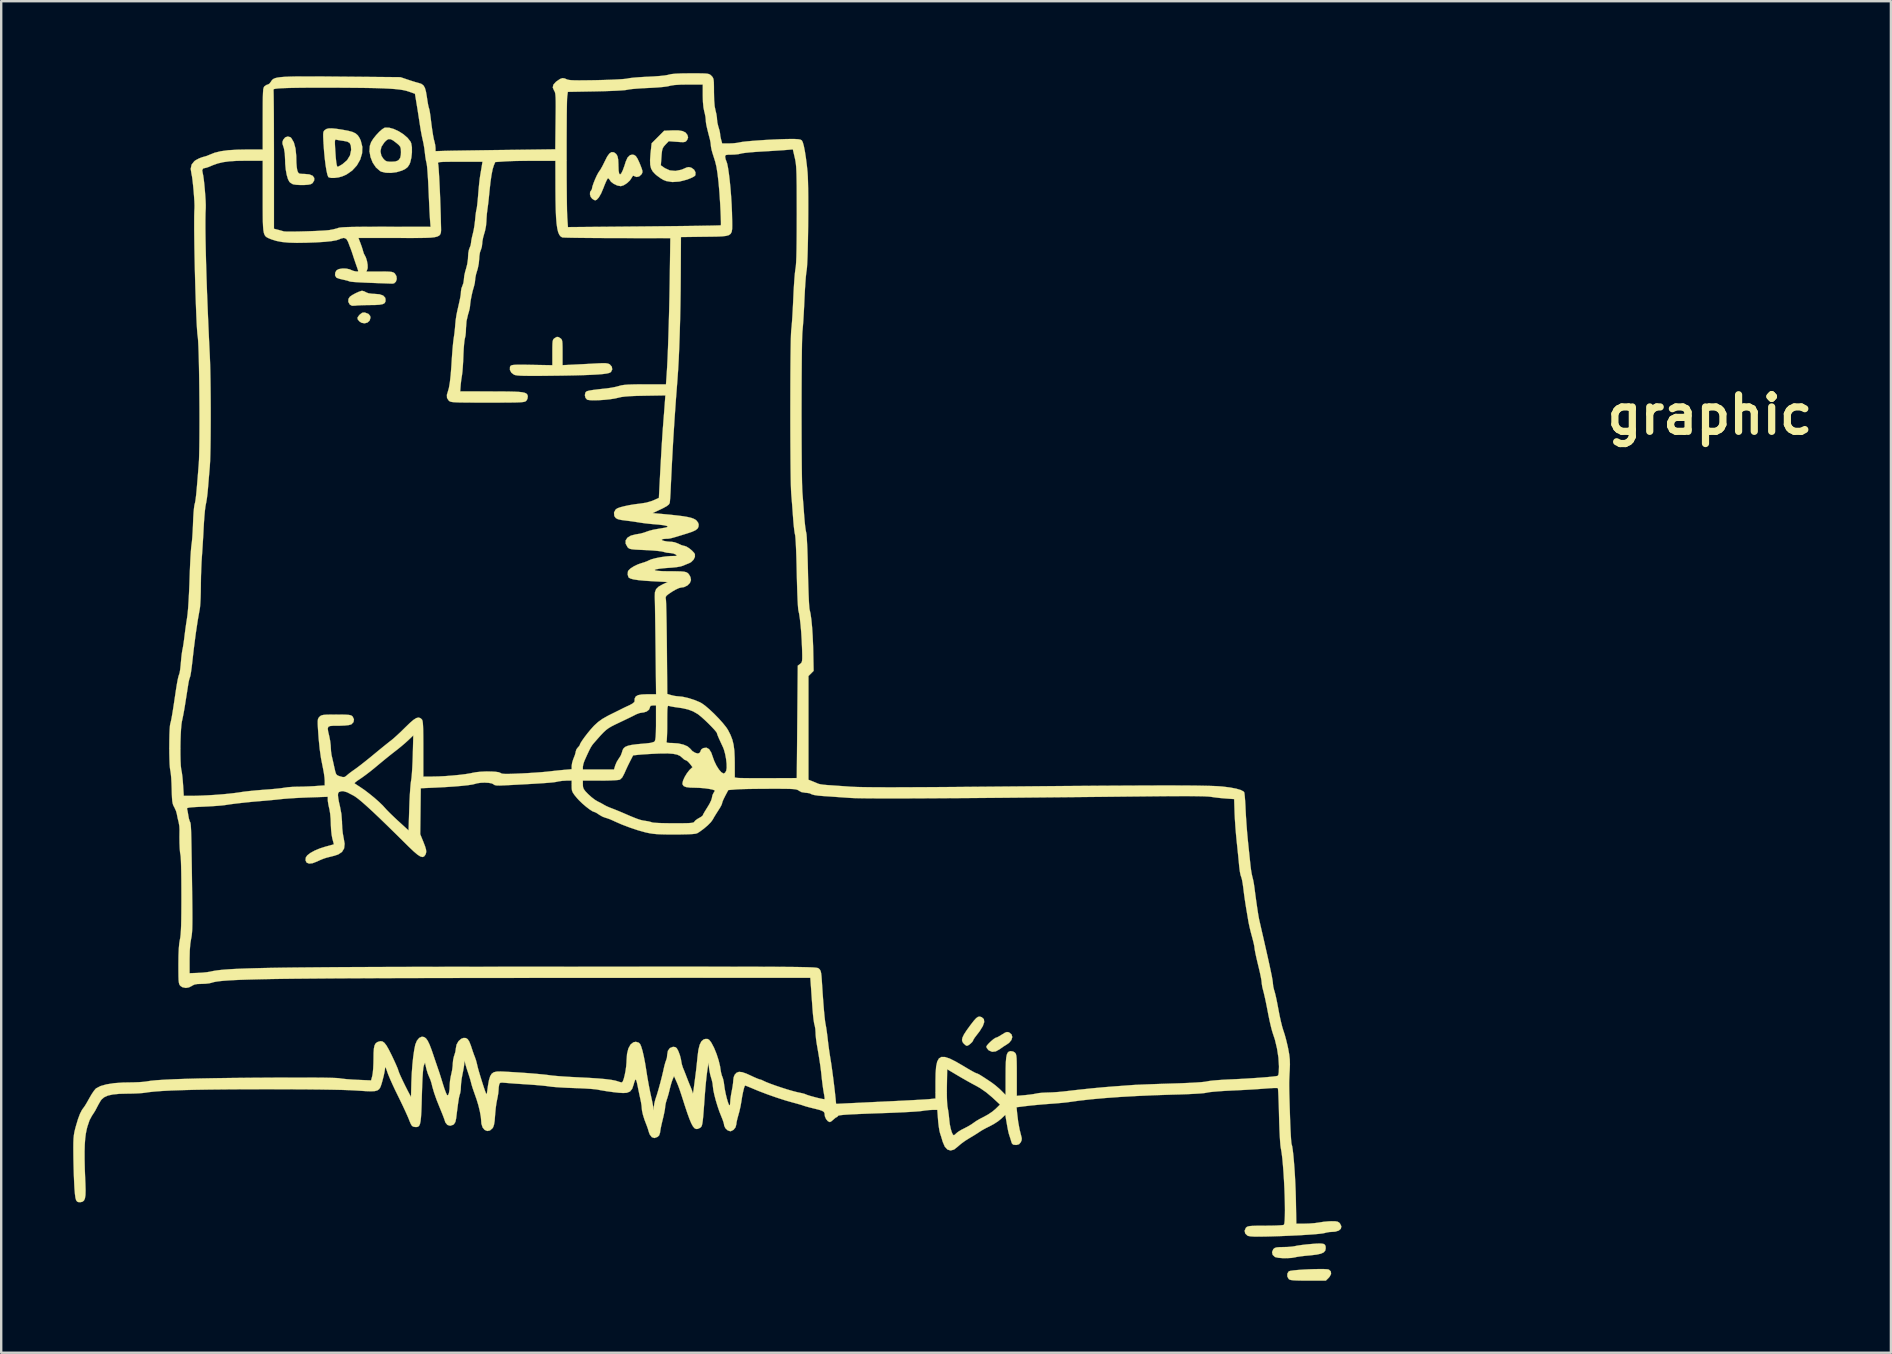
<source format=kicad_pcb>
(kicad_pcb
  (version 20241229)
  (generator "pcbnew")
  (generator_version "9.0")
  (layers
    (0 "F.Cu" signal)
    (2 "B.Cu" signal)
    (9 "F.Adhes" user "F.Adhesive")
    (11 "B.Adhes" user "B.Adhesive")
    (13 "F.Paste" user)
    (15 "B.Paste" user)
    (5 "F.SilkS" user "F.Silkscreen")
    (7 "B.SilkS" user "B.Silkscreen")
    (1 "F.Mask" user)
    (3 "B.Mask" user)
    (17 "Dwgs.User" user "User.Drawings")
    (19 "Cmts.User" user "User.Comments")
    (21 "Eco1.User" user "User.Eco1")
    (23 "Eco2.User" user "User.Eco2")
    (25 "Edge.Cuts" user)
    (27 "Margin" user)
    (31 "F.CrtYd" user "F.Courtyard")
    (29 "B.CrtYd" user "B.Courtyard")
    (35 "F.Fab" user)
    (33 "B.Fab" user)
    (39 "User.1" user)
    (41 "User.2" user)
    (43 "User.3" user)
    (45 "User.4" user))
  (footprint "graphic"
    (layer "F.Cu")
    (at 68.178 14.229)
    (property "Reference" "graphic" (at 0 0 0) (layer "F.SilkS") (effects (font (size 1.524 1.524) (thickness 0.3))))
    (attr through_hole)
    (fp_poly (pts (xy -56.016 -4.255) (xy -55.875 -4.199) (xy -55.807 -4.115) (xy -55.795 -4.041) (xy -55.831 -3.922) (xy -55.92 -3.842) (xy -56.041 -3.81) (xy -56.169 -3.833) (xy -56.261 -3.895) (xy -56.329 -3.98) (xy -56.334 -4.053) (xy -56.271 -4.141) (xy -56.238 -4.176) (xy -56.142 -4.25) (xy -56.05 -4.262) (xy -56.016 -4.255)) (stroke (width 0.01) (type solid)) (fill yes) (layer "F.SilkS"))
    (fp_poly (pts (xy -16.073 35.588) (xy -15.937 35.596) (xy -15.87 35.609) (xy -15.789 35.685) (xy -15.779 35.791) (xy -15.841 35.909) (xy -15.874 35.947) (xy -15.995 36.068) (xy -16.737 36.068) (xy -17.013 36.067) (xy -17.217 36.063) (xy -17.36 36.055) (xy -17.455 36.042) (xy -17.514 36.023) (xy -17.544 36.001) (xy -17.602 35.894) (xy -17.599 35.774) (xy -17.541 35.682) (xy -17.477 35.662) (xy -17.346 35.643) (xy -17.163 35.625) (xy -16.946 35.61) (xy -16.712 35.598) (xy -16.477 35.59) (xy -16.259 35.587) (xy -16.073 35.588)) (stroke (width 0.01) (type solid)) (fill yes) (layer "F.SilkS"))
    (fp_poly (pts (xy -29.214 25.721) (xy -29.19 25.73) (xy -29.09 25.811) (xy -29.059 25.921) (xy -29.094 26.043) (xy -29.19 26.162) (xy -29.302 26.24) (xy -29.42 26.313) (xy -29.551 26.405) (xy -29.58 26.427) (xy -29.745 26.519) (xy -29.9 26.536) (xy -30.033 26.479) (xy -30.057 26.458) (xy -30.119 26.38) (xy -30.141 26.325) (xy -30.111 26.269) (xy -30.036 26.183) (xy -29.937 26.089) (xy -29.838 26.006) (xy -29.761 25.956) (xy -29.739 25.95) (xy -29.679 25.928) (xy -29.576 25.872) (xy -29.49 25.818) (xy -29.366 25.742) (xy -29.283 25.712) (xy -29.214 25.721)) (stroke (width 0.01) (type solid)) (fill yes) (layer "F.SilkS"))
    (fp_poly (pts (xy -30.345 25.09) (xy -30.329 25.097) (xy -30.243 25.175) (xy -30.228 25.297) (xy -30.285 25.463) (xy -30.415 25.674) (xy -30.549 25.849) (xy -30.63 25.955) (xy -30.681 26.038) (xy -30.692 26.068) (xy -30.723 26.122) (xy -30.796 26.194) (xy -30.881 26.259) (xy -30.948 26.289) (xy -30.951 26.289) (xy -31.005 26.262) (xy -31.073 26.204) (xy -31.131 26.129) (xy -31.153 26.047) (xy -31.135 25.947) (xy -31.073 25.817) (xy -30.963 25.646) (xy -30.801 25.424) (xy -30.793 25.413) (xy -30.662 25.244) (xy -30.565 25.137) (xy -30.489 25.082) (xy -30.42 25.069) (xy -30.345 25.09)) (stroke (width 0.01) (type solid)) (fill yes) (layer "F.SilkS"))
    (fp_poly (pts (xy -56.048 -5.14) (xy -55.983 -5.103) (xy -55.883 -5.063) (xy -55.724 -5.041) (xy -55.647 -5.038) (xy -55.42 -5.02) (xy -55.268 -4.968) (xy -55.185 -4.881) (xy -55.169 -4.82) (xy -55.169 -4.724) (xy -55.203 -4.656) (xy -55.282 -4.611) (xy -55.417 -4.585) (xy -55.618 -4.573) (xy -55.788 -4.572) (xy -56 -4.569) (xy -56.197 -4.563) (xy -56.352 -4.555) (xy -56.434 -4.546) (xy -56.565 -4.542) (xy -56.653 -4.589) (xy -56.656 -4.592) (xy -56.718 -4.704) (xy -56.713 -4.826) (xy -56.653 -4.918) (xy -56.551 -4.989) (xy -56.416 -5.063) (xy -56.279 -5.125) (xy -56.171 -5.161) (xy -56.141 -5.165) (xy -56.048 -5.14)) (stroke (width 0.01) (type solid)) (fill yes) (layer "F.SilkS"))
    (fp_poly (pts (xy -16.102 34.536) (xy -16.038 34.571) (xy -16.009 34.631) (xy -16.002 34.718) (xy -16.02 34.815) (xy -16.082 34.89) (xy -16.198 34.944) (xy -16.376 34.984) (xy -16.628 35.014) (xy -16.671 35.018) (xy -16.876 35.037) (xy -17.064 35.06) (xy -17.211 35.082) (xy -17.272 35.096) (xy -17.42 35.122) (xy -17.605 35.133) (xy -17.799 35.132) (xy -17.972 35.118) (xy -18.098 35.091) (xy -18.119 35.082) (xy -18.212 34.995) (xy -18.237 34.88) (xy -18.188 34.763) (xy -18.179 34.752) (xy -18.127 34.71) (xy -18.049 34.685) (xy -17.927 34.674) (xy -17.763 34.671) (xy -17.579 34.666) (xy -17.41 34.652) (xy -17.288 34.633) (xy -17.276 34.63) (xy -17.177 34.61) (xy -17.017 34.587) (xy -16.818 34.563) (xy -16.625 34.545) (xy -16.383 34.526) (xy -16.213 34.522) (xy -16.102 34.536)) (stroke (width 0.01) (type solid)) (fill yes) (layer "F.SilkS"))
    (fp_poly (pts (xy -59.131 -11.563) (xy -59.092 -11.527) (xy -58.986 -11.345) (xy -58.918 -11.093) (xy -58.887 -10.779) (xy -58.886 -10.683) (xy -58.881 -10.494) (xy -58.867 -10.322) (xy -58.847 -10.195) (xy -58.839 -10.166) (xy -58.808 -10.091) (xy -58.766 -10.052) (xy -58.688 -10.036) (xy -58.55 -10.033) (xy -58.548 -10.033) (xy -58.339 -10.014) (xy -58.201 -9.956) (xy -58.137 -9.863) (xy -58.14 -9.763) (xy -58.205 -9.654) (xy -58.276 -9.608) (xy -58.385 -9.585) (xy -58.545 -9.573) (xy -58.724 -9.572) (xy -58.891 -9.581) (xy -59.014 -9.6) (xy -59.035 -9.608) (xy -59.132 -9.666) (xy -59.174 -9.706) (xy -59.232 -9.818) (xy -59.284 -9.994) (xy -59.323 -10.212) (xy -59.346 -10.453) (xy -59.351 -10.616) (xy -59.363 -10.879) (xy -59.397 -11.087) (xy -59.419 -11.16) (xy -59.459 -11.283) (xy -59.461 -11.37) (xy -59.429 -11.458) (xy -59.347 -11.556) (xy -59.239 -11.593) (xy -59.131 -11.563)) (stroke (width 0.01) (type solid)) (fill yes) (layer "F.SilkS"))
    (fp_poly (pts (xy -42.971 -11.847) (xy -42.791 -11.818) (xy -42.669 -11.757) (xy -42.594 -11.66) (xy -42.591 -11.655) (xy -42.564 -11.554) (xy -42.598 -11.462) (xy -42.608 -11.446) (xy -42.645 -11.397) (xy -42.691 -11.369) (xy -42.765 -11.358) (xy -42.887 -11.361) (xy -43.022 -11.371) (xy -43.37 -11.397) (xy -43.51 -11.251) (xy -43.579 -11.172) (xy -43.623 -11.096) (xy -43.649 -10.999) (xy -43.666 -10.856) (xy -43.674 -10.748) (xy -43.699 -10.391) (xy -43.533 -10.275) (xy -43.326 -10.181) (xy -43.09 -10.159) (xy -42.844 -10.208) (xy -42.74 -10.251) (xy -42.617 -10.305) (xy -42.531 -10.319) (xy -42.446 -10.298) (xy -42.421 -10.288) (xy -42.314 -10.211) (xy -42.256 -10.102) (xy -42.259 -9.991) (xy -42.274 -9.961) (xy -42.331 -9.918) (xy -42.445 -9.862) (xy -42.592 -9.804) (xy -42.608 -9.798) (xy -42.926 -9.716) (xy -43.221 -9.696) (xy -43.48 -9.738) (xy -43.588 -9.781) (xy -43.726 -9.864) (xy -43.874 -9.974) (xy -43.933 -10.025) (xy -44.038 -10.138) (xy -44.106 -10.261) (xy -44.141 -10.412) (xy -44.148 -10.606) (xy -44.13 -10.863) (xy -44.125 -10.915) (xy -44.082 -11.31) (xy -43.561 -11.832) (xy -43.221 -11.847) (xy -42.971 -11.847)) (stroke (width 0.01) (type solid)) (fill yes) (layer "F.SilkS"))
    (fp_poly (pts (xy -54.829 -11.907) (xy -54.62 -11.811) (xy -54.421 -11.684) (xy -54.251 -11.538) (xy -54.132 -11.387) (xy -54.098 -11.312) (xy -54.069 -11.144) (xy -54.068 -10.932) (xy -54.092 -10.711) (xy -54.138 -10.516) (xy -54.174 -10.428) (xy -54.248 -10.317) (xy -54.353 -10.235) (xy -54.487 -10.172) (xy -54.705 -10.107) (xy -54.937 -10.077) (xy -55.157 -10.083) (xy -55.338 -10.126) (xy -55.393 -10.153) (xy -55.565 -10.301) (xy -55.701 -10.502) (xy -55.793 -10.734) (xy -55.835 -10.975) (xy -55.38 -10.975) (xy -55.34 -10.792) (xy -55.262 -10.671) (xy -55.187 -10.594) (xy -55.109 -10.555) (xy -54.994 -10.542) (xy -54.924 -10.541) (xy -54.764 -10.551) (xy -54.659 -10.587) (xy -54.61 -10.626) (xy -54.555 -10.708) (xy -54.529 -10.83) (xy -54.525 -10.94) (xy -54.53 -11.077) (xy -54.555 -11.166) (xy -54.617 -11.241) (xy -54.705 -11.316) (xy -54.855 -11.43) (xy -54.965 -11.484) (xy -55.055 -11.482) (xy -55.144 -11.422) (xy -55.218 -11.346) (xy -55.339 -11.163) (xy -55.38 -10.975) (xy -55.835 -10.975) (xy -55.836 -10.975) (xy -55.821 -11.204) (xy -55.768 -11.358) (xy -55.68 -11.498) (xy -55.562 -11.646) (xy -55.433 -11.785) (xy -55.309 -11.894) (xy -55.21 -11.956) (xy -55.193 -11.961) (xy -55.027 -11.962) (xy -54.829 -11.907)) (stroke (width 0.01) (type solid)) (fill yes) (layer "F.SilkS"))
    (fp_poly (pts (xy -47.964 -3.238) (xy -47.9 -3.2) (xy -47.856 -3.168) (xy -47.827 -3.13) (xy -47.808 -3.069) (xy -47.799 -2.971) (xy -47.795 -2.819) (xy -47.794 -2.599) (xy -47.794 -2.067) (xy -47.276 -2.092) (xy -47.02 -2.105) (xy -46.745 -2.119) (xy -46.487 -2.133) (xy -46.342 -2.141) (xy -46.136 -2.15) (xy -45.995 -2.148) (xy -45.9 -2.133) (xy -45.832 -2.103) (xy -45.823 -2.097) (xy -45.741 -2.003) (xy -45.724 -1.89) (xy -45.775 -1.786) (xy -45.79 -1.773) (xy -45.848 -1.744) (xy -45.951 -1.719) (xy -46.106 -1.698) (xy -46.317 -1.68) (xy -46.589 -1.665) (xy -46.927 -1.652) (xy -47.336 -1.641) (xy -47.822 -1.632) (xy -48.175 -1.628) (xy -48.587 -1.623) (xy -48.923 -1.621) (xy -49.191 -1.622) (xy -49.399 -1.624) (xy -49.557 -1.63) (xy -49.671 -1.639) (xy -49.752 -1.651) (xy -49.806 -1.667) (xy -49.814 -1.67) (xy -49.926 -1.754) (xy -49.986 -1.869) (xy -49.984 -1.989) (xy -49.966 -2.028) (xy -49.942 -2.051) (xy -49.897 -2.068) (xy -49.82 -2.079) (xy -49.699 -2.085) (xy -49.524 -2.086) (xy -49.283 -2.084) (xy -49.07 -2.08) (xy -48.218 -2.065) (xy -48.218 -2.598) (xy -48.217 -2.819) (xy -48.213 -2.971) (xy -48.204 -3.069) (xy -48.185 -3.13) (xy -48.156 -3.168) (xy -48.112 -3.2) (xy -48.112 -3.2) (xy -48.029 -3.245) (xy -47.964 -3.238)) (stroke (width 0.01) (type solid)) (fill yes) (layer "F.SilkS"))
    (fp_poly (pts (xy -57.217 -11.914) (xy -56.981 -11.878) (xy -56.729 -11.832) (xy -56.545 -11.783) (xy -56.414 -11.721) (xy -56.32 -11.638) (xy -56.247 -11.524) (xy -56.199 -11.419) (xy -56.134 -11.16) (xy -56.144 -10.893) (xy -56.223 -10.631) (xy -56.362 -10.387) (xy -56.556 -10.175) (xy -56.796 -10.008) (xy -56.978 -9.929) (xy -57.133 -9.888) (xy -57.293 -9.868) (xy -57.433 -9.868) (xy -57.53 -9.89) (xy -57.554 -9.909) (xy -57.591 -10.007) (xy -57.628 -10.175) (xy -57.665 -10.401) (xy -57.698 -10.67) (xy -57.727 -10.97) (xy -57.74 -11.155) (xy -57.749 -11.296) (xy -57.277 -11.296) (xy -57.269 -11.132) (xy -57.261 -11.003) (xy -57.242 -10.725) (xy -57.221 -10.524) (xy -57.199 -10.397) (xy -57.174 -10.336) (xy -57.16 -10.329) (xy -57.115 -10.35) (xy -57.022 -10.403) (xy -56.956 -10.444) (xy -56.769 -10.606) (xy -56.647 -10.806) (xy -56.6 -11.029) (xy -56.6 -11.047) (xy -56.612 -11.215) (xy -56.66 -11.32) (xy -56.759 -11.379) (xy -56.906 -11.408) (xy -57.049 -11.428) (xy -57.168 -11.449) (xy -57.21 -11.459) (xy -57.244 -11.465) (xy -57.266 -11.449) (xy -57.276 -11.397) (xy -57.277 -11.296) (xy -57.749 -11.296) (xy -57.756 -11.399) (xy -57.764 -11.573) (xy -57.765 -11.691) (xy -57.757 -11.767) (xy -57.74 -11.814) (xy -57.712 -11.848) (xy -57.694 -11.864) (xy -57.624 -11.908) (xy -57.531 -11.93) (xy -57.4 -11.932) (xy -57.217 -11.914)) (stroke (width 0.01) (type solid)) (fill yes) (layer "F.SilkS"))
    (fp_poly (pts (xy -45.668 -10.937) (xy -45.636 -10.923) (xy -45.556 -10.861) (xy -45.504 -10.769) (xy -45.476 -10.63) (xy -45.466 -10.427) (xy -45.466 -10.377) (xy -45.458 -10.172) (xy -45.436 -10.05) (xy -45.399 -10.01) (xy -45.35 -10.053) (xy -45.287 -10.177) (xy -45.212 -10.383) (xy -45.163 -10.541) (xy -45.086 -10.715) (xy -44.983 -10.815) (xy -44.891 -10.837) (xy -44.81 -10.824) (xy -44.741 -10.776) (xy -44.675 -10.679) (xy -44.6 -10.521) (xy -44.559 -10.422) (xy -44.499 -10.268) (xy -44.469 -10.169) (xy -44.466 -10.103) (xy -44.487 -10.048) (xy -44.508 -10.014) (xy -44.6 -9.931) (xy -44.711 -9.906) (xy -44.81 -9.944) (xy -44.816 -9.951) (xy -44.861 -9.958) (xy -44.907 -9.887) (xy -44.912 -9.877) (xy -44.99 -9.76) (xy -45.109 -9.649) (xy -45.243 -9.563) (xy -45.362 -9.525) (xy -45.371 -9.525) (xy -45.513 -9.551) (xy -45.658 -9.618) (xy -45.774 -9.706) (xy -45.816 -9.766) (xy -45.864 -9.835) (xy -45.904 -9.852) (xy -45.936 -9.808) (xy -45.987 -9.703) (xy -46.05 -9.554) (xy -46.086 -9.459) (xy -46.184 -9.226) (xy -46.281 -9.056) (xy -46.372 -8.957) (xy -46.435 -8.932) (xy -46.487 -8.954) (xy -46.557 -8.998) (xy -46.621 -9.078) (xy -46.652 -9.185) (xy -46.645 -9.284) (xy -46.609 -9.335) (xy -46.571 -9.396) (xy -46.567 -9.425) (xy -46.549 -9.514) (xy -46.502 -9.651) (xy -46.439 -9.809) (xy -46.369 -9.963) (xy -46.304 -10.085) (xy -46.267 -10.14) (xy -46.213 -10.218) (xy -46.139 -10.348) (xy -46.059 -10.507) (xy -46.038 -10.551) (xy -45.935 -10.755) (xy -45.843 -10.882) (xy -45.756 -10.941) (xy -45.668 -10.937)) (stroke (width 0.01) (type solid)) (fill yes) (layer "F.SilkS"))
    (fp_poly (pts (xy -42.183 -14.224) (xy -41.983 -14.222) (xy -41.843 -14.216) (xy -41.747 -14.206) (xy -41.684 -14.189) (xy -41.639 -14.164) (xy -41.6 -14.13) (xy -41.591 -14.12) (xy -41.548 -14.074) (xy -41.52 -14.024) (xy -41.501 -13.954) (xy -41.491 -13.848) (xy -41.487 -13.69) (xy -41.486 -13.464) (xy -41.486 -13.453) (xy -41.479 -13.111) (xy -41.457 -12.852) (xy -41.423 -12.683) (xy -41.385 -12.525) (xy -41.362 -12.369) (xy -41.36 -12.318) (xy -41.345 -12.174) (xy -41.307 -12.015) (xy -41.296 -11.98) (xy -41.257 -11.849) (xy -41.234 -11.736) (xy -41.232 -11.71) (xy -41.221 -11.61) (xy -41.193 -11.481) (xy -41.188 -11.462) (xy -41.144 -11.303) (xy -40.86 -11.303) (xy -40.684 -11.31) (xy -40.518 -11.328) (xy -40.417 -11.348) (xy -40.314 -11.367) (xy -40.141 -11.387) (xy -39.913 -11.408) (xy -39.646 -11.428) (xy -39.354 -11.448) (xy -39.053 -11.464) (xy -38.757 -11.477) (xy -38.482 -11.486) (xy -38.345 -11.488) (xy -38.129 -11.488) (xy -37.983 -11.48) (xy -37.89 -11.464) (xy -37.834 -11.436) (xy -37.825 -11.428) (xy -37.785 -11.349) (xy -37.742 -11.195) (xy -37.699 -10.978) (xy -37.657 -10.707) (xy -37.617 -10.392) (xy -37.587 -10.097) (xy -37.577 -9.931) (xy -37.569 -9.702) (xy -37.563 -9.419) (xy -37.559 -9.095) (xy -37.558 -8.739) (xy -37.559 -8.365) (xy -37.562 -7.982) (xy -37.566 -7.603) (xy -37.572 -7.238) (xy -37.58 -6.899) (xy -37.589 -6.598) (xy -37.6 -6.344) (xy -37.611 -6.15) (xy -37.624 -6.028) (xy -37.627 -6.011) (xy -37.643 -5.901) (xy -37.661 -5.722) (xy -37.679 -5.49) (xy -37.696 -5.22) (xy -37.711 -4.93) (xy -37.717 -4.805) (xy -37.731 -4.502) (xy -37.747 -4.206) (xy -37.763 -3.934) (xy -37.78 -3.704) (xy -37.794 -3.535) (xy -37.799 -3.493) (xy -37.806 -3.388) (xy -37.813 -3.208) (xy -37.819 -2.96) (xy -37.824 -2.653) (xy -37.828 -2.295) (xy -37.831 -1.896) (xy -37.834 -1.464) (xy -37.836 -1.007) (xy -37.837 -0.534) (xy -37.838 -0.053) (xy -37.837 0.426) (xy -37.836 0.896) (xy -37.834 1.348) (xy -37.831 1.773) (xy -37.828 2.162) (xy -37.823 2.508) (xy -37.818 2.801) (xy -37.812 3.033) (xy -37.805 3.195) (xy -37.802 3.239) (xy -37.785 3.454) (xy -37.764 3.718) (xy -37.743 3.997) (xy -37.726 4.233) (xy -37.707 4.454) (xy -37.686 4.653) (xy -37.664 4.809) (xy -37.645 4.904) (xy -37.642 4.913) (xy -37.631 4.98) (xy -37.62 5.121) (xy -37.609 5.326) (xy -37.597 5.583) (xy -37.587 5.883) (xy -37.578 6.215) (xy -37.571 6.501) (xy -37.564 6.852) (xy -37.554 7.181) (xy -37.544 7.477) (xy -37.533 7.729) (xy -37.522 7.926) (xy -37.511 8.058) (xy -37.503 8.109) (xy -37.464 8.284) (xy -37.429 8.532) (xy -37.399 8.843) (xy -37.375 9.206) (xy -37.357 9.61) (xy -37.351 9.853) (xy -37.335 10.668) (xy -37.55 10.884) (xy -37.55 15.202) (xy -37.391 15.265) (xy -37.265 15.316) (xy -37.161 15.361) (xy -37.148 15.367) (xy -37.063 15.39) (xy -36.925 15.411) (xy -36.767 15.425) (xy -36.616 15.435) (xy -36.405 15.45) (xy -36.159 15.467) (xy -35.901 15.485) (xy -35.814 15.492) (xy -35.682 15.499) (xy -35.509 15.505) (xy -35.292 15.51) (xy -35.027 15.514) (xy -34.71 15.517) (xy -34.337 15.518) (xy -33.906 15.518) (xy -33.411 15.516) (xy -32.85 15.514) (xy -32.219 15.51) (xy -31.514 15.505) (xy -30.732 15.498) (xy -29.93 15.491) (xy -28.855 15.482) (xy -27.862 15.473) (xy -26.947 15.465) (xy -26.106 15.459) (xy -25.338 15.453) (xy -24.638 15.449) (xy -24.003 15.446) (xy -23.429 15.444) (xy -22.915 15.442) (xy -22.456 15.442) (xy -22.049 15.443) (xy -21.691 15.445) (xy -21.379 15.448) (xy -21.109 15.453) (xy -20.878 15.458) (xy -20.683 15.464) (xy -20.521 15.471) (xy -20.388 15.48) (xy -20.299 15.487) (xy -19.983 15.527) (xy -19.727 15.576) (xy -19.538 15.632) (xy -19.423 15.694) (xy -19.4 15.72) (xy -19.387 15.777) (xy -19.373 15.904) (xy -19.359 16.083) (xy -19.346 16.299) (xy -19.341 16.425) (xy -19.325 16.723) (xy -19.302 17.064) (xy -19.275 17.411) (xy -19.246 17.722) (xy -19.242 17.759) (xy -19.215 18.022) (xy -19.187 18.287) (xy -19.162 18.527) (xy -19.142 18.718) (xy -19.136 18.775) (xy -19.113 18.958) (xy -19.085 19.128) (xy -19.057 19.251) (xy -19.054 19.262) (xy -19.025 19.376) (xy -18.994 19.542) (xy -18.967 19.725) (xy -18.965 19.748) (xy -18.933 19.993) (xy -18.898 20.25) (xy -18.862 20.501) (xy -18.828 20.726) (xy -18.798 20.906) (xy -18.777 21.018) (xy -18.756 21.108) (xy -18.722 21.259) (xy -18.678 21.452) (xy -18.629 21.664) (xy -18.626 21.675) (xy -18.515 22.163) (xy -18.422 22.574) (xy -18.347 22.912) (xy -18.289 23.184) (xy -18.246 23.394) (xy -18.219 23.548) (xy -18.205 23.649) (xy -18.202 23.691) (xy -18.188 23.817) (xy -18.152 23.965) (xy -18.14 24.001) (xy -18.11 24.108) (xy -18.07 24.278) (xy -18.026 24.489) (xy -17.982 24.721) (xy -17.969 24.79) (xy -17.922 25.034) (xy -17.869 25.274) (xy -17.817 25.484) (xy -17.77 25.64) (xy -17.761 25.665) (xy -17.71 25.822) (xy -17.653 26.03) (xy -17.598 26.257) (xy -17.569 26.389) (xy -17.523 26.641) (xy -17.499 26.852) (xy -17.493 27.061) (xy -17.502 27.3) (xy -17.511 27.454) (xy -17.517 27.584) (xy -17.522 27.702) (xy -17.525 27.819) (xy -17.525 27.948) (xy -17.523 28.102) (xy -17.519 28.291) (xy -17.512 28.529) (xy -17.503 28.828) (xy -17.491 29.192) (xy -17.481 29.497) (xy -17.469 29.776) (xy -17.456 30.016) (xy -17.444 30.206) (xy -17.432 30.335) (xy -17.422 30.392) (xy -17.422 30.392) (xy -17.4 30.466) (xy -17.377 30.613) (xy -17.353 30.82) (xy -17.329 31.077) (xy -17.306 31.371) (xy -17.285 31.691) (xy -17.268 32.024) (xy -17.254 32.359) (xy -17.245 32.683) (xy -17.244 32.734) (xy -17.227 33.697) (xy -16.879 33.697) (xy -16.672 33.69) (xy -16.459 33.673) (xy -16.284 33.648) (xy -16.277 33.647) (xy -16.084 33.617) (xy -15.869 33.598) (xy -15.755 33.594) (xy -15.6 33.597) (xy -15.504 33.614) (xy -15.441 33.653) (xy -15.408 33.689) (xy -15.351 33.805) (xy -15.371 33.907) (xy -15.459 33.984) (xy -15.607 34.029) (xy -15.711 34.036) (xy -15.861 34.046) (xy -15.996 34.071) (xy -16.031 34.082) (xy -16.116 34.1) (xy -16.276 34.12) (xy -16.501 34.14) (xy -16.779 34.159) (xy -17.101 34.179) (xy -17.457 34.196) (xy -17.837 34.212) (xy -18.23 34.225) (xy -18.457 34.231) (xy -18.75 34.236) (xy -18.968 34.235) (xy -19.122 34.226) (xy -19.222 34.209) (xy -19.262 34.194) (xy -19.355 34.106) (xy -19.38 33.99) (xy -19.331 33.873) (xy -19.322 33.863) (xy -19.288 33.833) (xy -19.241 33.812) (xy -19.167 33.797) (xy -19.054 33.788) (xy -18.888 33.783) (xy -18.656 33.782) (xy -18.525 33.781) (xy -18.283 33.779) (xy -18.069 33.774) (xy -17.898 33.765) (xy -17.785 33.755) (xy -17.747 33.746) (xy -17.725 33.69) (xy -17.711 33.561) (xy -17.703 33.371) (xy -17.7 33.13) (xy -17.703 32.85) (xy -17.711 32.543) (xy -17.723 32.22) (xy -17.74 31.891) (xy -17.76 31.57) (xy -17.783 31.267) (xy -17.808 30.992) (xy -17.836 30.759) (xy -17.866 30.578) (xy -17.873 30.544) (xy -17.887 30.444) (xy -17.901 30.274) (xy -17.915 30.047) (xy -17.928 29.777) (xy -17.939 29.477) (xy -17.946 29.203) (xy -17.953 28.902) (xy -17.962 28.63) (xy -17.971 28.397) (xy -17.979 28.215) (xy -17.988 28.096) (xy -17.995 28.05) (xy -18.044 28.044) (xy -18.161 28.045) (xy -18.328 28.053) (xy -18.528 28.068) (xy -18.545 28.069) (xy -18.761 28.086) (xy -19.036 28.104) (xy -19.346 28.122) (xy -19.665 28.138) (xy -19.939 28.151) (xy -20.212 28.165) (xy -20.464 28.182) (xy -20.681 28.2) (xy -20.847 28.218) (xy -20.946 28.236) (xy -20.955 28.238) (xy -21.043 28.254) (xy -21.208 28.27) (xy -21.443 28.285) (xy -21.739 28.3) (xy -22.09 28.313) (xy -22.394 28.321) (xy -23.153 28.346) (xy -23.879 28.378) (xy -24.564 28.417) (xy -25.198 28.463) (xy -25.773 28.515) (xy -26.279 28.572) (xy -26.628 28.621) (xy -26.778 28.641) (xy -26.986 28.663) (xy -27.224 28.684) (xy -27.466 28.702) (xy -27.474 28.703) (xy -27.735 28.722) (xy -28.013 28.747) (xy -28.272 28.772) (xy -28.463 28.794) (xy -28.88 28.846) (xy -28.856 29.102) (xy -28.813 29.453) (xy -28.755 29.772) (xy -28.696 30.006) (xy -28.665 30.133) (xy -28.669 30.22) (xy -28.705 30.303) (xy -28.775 30.386) (xy -28.876 30.415) (xy -28.914 30.416) (xy -29.018 30.405) (xy -29.071 30.357) (xy -29.096 30.29) (xy -29.138 30.15) (xy -29.176 30.035) (xy -29.205 29.941) (xy -29.234 29.816) (xy -29.267 29.645) (xy -29.307 29.411) (xy -29.319 29.345) (xy -29.349 29.162) (xy -29.523 29.327) (xy -29.652 29.431) (xy -29.823 29.542) (xy -29.993 29.634) (xy -30.157 29.715) (xy -30.306 29.797) (xy -30.412 29.863) (xy -30.416 29.866) (xy -30.514 29.931) (xy -30.657 30.021) (xy -30.819 30.118) (xy -30.855 30.139) (xy -31.025 30.246) (xy -31.188 30.365) (xy -31.313 30.471) (xy -31.326 30.484) (xy -31.483 30.608) (xy -31.629 30.648) (xy -31.759 30.608) (xy -31.87 30.488) (xy -31.955 30.291) (xy -31.967 30.252) (xy -32.012 30.098) (xy -32.061 29.948) (xy -32.067 29.93) (xy -32.094 29.822) (xy -32.12 29.657) (xy -32.143 29.464) (xy -32.151 29.369) (xy -32.181 28.956) (xy -32.376 28.956) (xy -32.536 28.964) (xy -32.721 28.985) (xy -32.806 28.999) (xy -32.908 29.011) (xy -33.081 29.025) (xy -33.314 29.04) (xy -33.592 29.055) (xy -33.904 29.069) (xy -34.235 29.083) (xy -34.332 29.086) (xy -34.806 29.102) (xy -35.201 29.117) (xy -35.525 29.131) (xy -35.783 29.143) (xy -35.982 29.155) (xy -36.129 29.167) (xy -36.229 29.179) (xy -36.291 29.191) (xy -36.318 29.205) (xy -36.322 29.213) (xy -36.354 29.251) (xy -36.362 29.252) (xy -36.417 29.28) (xy -36.497 29.347) (xy -36.509 29.358) (xy -36.591 29.429) (xy -36.654 29.463) (xy -36.659 29.464) (xy -36.739 29.428) (xy -36.815 29.339) (xy -36.864 29.227) (xy -36.872 29.169) (xy -36.879 29.095) (xy -36.91 29.04) (xy -36.978 28.996) (xy -37.099 28.954) (xy -37.284 28.907) (xy -37.338 28.894) (xy -37.507 28.852) (xy -37.656 28.811) (xy -37.755 28.78) (xy -37.761 28.777) (xy -37.854 28.746) (xy -37.999 28.704) (xy -38.167 28.658) (xy -38.185 28.654) (xy -38.506 28.563) (xy -38.872 28.445) (xy -39.251 28.312) (xy -39.611 28.175) (xy -39.781 28.105) (xy -39.946 28.035) (xy -40.081 27.98) (xy -40.167 27.947) (xy -40.188 27.94) (xy -40.212 27.979) (xy -40.244 28.083) (xy -40.279 28.233) (xy -40.314 28.412) (xy -40.343 28.599) (xy -40.379 28.804) (xy -40.429 29.026) (xy -40.469 29.17) (xy -40.513 29.33) (xy -40.545 29.473) (xy -40.555 29.559) (xy -40.589 29.684) (xy -40.672 29.788) (xy -40.78 29.842) (xy -40.809 29.845) (xy -40.916 29.809) (xy -41.01 29.72) (xy -41.061 29.611) (xy -41.063 29.584) (xy -41.08 29.5) (xy -41.124 29.368) (xy -41.185 29.216) (xy -41.186 29.213) (xy -41.262 29.023) (xy -41.338 28.798) (xy -41.41 28.56) (xy -41.469 28.332) (xy -41.511 28.136) (xy -41.529 27.993) (xy -41.53 27.981) (xy -41.545 27.847) (xy -41.581 27.692) (xy -41.597 27.644) (xy -41.642 27.484) (xy -41.679 27.299) (xy -41.69 27.22) (xy -41.716 26.988) (xy -41.771 27.369) (xy -41.795 27.559) (xy -41.821 27.803) (xy -41.846 28.072) (xy -41.867 28.336) (xy -41.869 28.363) (xy -41.895 28.726) (xy -41.917 29.013) (xy -41.935 29.234) (xy -41.952 29.399) (xy -41.969 29.517) (xy -41.987 29.597) (xy -42.008 29.648) (xy -42.034 29.68) (xy -42.066 29.703) (xy -42.085 29.714) (xy -42.162 29.748) (xy -42.231 29.752) (xy -42.296 29.72) (xy -42.361 29.644) (xy -42.43 29.518) (xy -42.507 29.335) (xy -42.596 29.089) (xy -42.702 28.771) (xy -42.771 28.554) (xy -42.851 28.306) (xy -42.914 28.118) (xy -42.968 27.97) (xy -43.019 27.842) (xy -43.067 27.734) (xy -43.15 27.55) (xy -43.211 27.692) (xy -43.254 27.814) (xy -43.3 27.976) (xy -43.328 28.088) (xy -43.371 28.264) (xy -43.422 28.44) (xy -43.451 28.527) (xy -43.493 28.669) (xy -43.517 28.8) (xy -43.519 28.833) (xy -43.529 28.925) (xy -43.557 29.075) (xy -43.597 29.257) (xy -43.624 29.368) (xy -43.669 29.557) (xy -43.705 29.727) (xy -43.726 29.853) (xy -43.73 29.897) (xy -43.77 30.02) (xy -43.838 30.083) (xy -43.965 30.129) (xy -44.074 30.094) (xy -44.16 29.983) (xy -44.199 29.879) (xy -44.243 29.731) (xy -44.292 29.595) (xy -44.302 29.57) (xy -44.381 29.364) (xy -44.444 29.161) (xy -44.483 28.987) (xy -44.492 28.892) (xy -44.501 28.784) (xy -44.526 28.63) (xy -44.555 28.49) (xy -44.598 28.291) (xy -44.643 28.075) (xy -44.667 27.951) (xy -44.697 27.814) (xy -44.726 27.719) (xy -44.748 27.686) (xy -44.775 27.723) (xy -44.81 27.819) (xy -44.83 27.894) (xy -44.893 28.078) (xy -44.983 28.19) (xy -45.117 28.244) (xy -45.269 28.253) (xy -45.448 28.242) (xy -45.683 28.216) (xy -45.946 28.18) (xy -46.211 28.136) (xy -46.355 28.108) (xy -46.459 28.095) (xy -46.63 28.08) (xy -46.85 28.066) (xy -47.101 28.054) (xy -47.329 28.046) (xy -47.596 28.036) (xy -47.852 28.022) (xy -48.077 28.007) (xy -48.251 27.992) (xy -48.345 27.979) (xy -48.469 27.962) (xy -48.657 27.942) (xy -48.887 27.922) (xy -49.137 27.903) (xy -49.255 27.895) (xy -49.507 27.879) (xy -49.75 27.863) (xy -49.961 27.847) (xy -50.12 27.834) (xy -50.17 27.83) (xy -50.306 27.819) (xy -50.38 27.825) (xy -50.416 27.856) (xy -50.434 27.905) (xy -50.453 28.019) (xy -50.461 28.146) (xy -50.472 28.268) (xy -50.499 28.428) (xy -50.52 28.527) (xy -50.549 28.678) (xy -50.577 28.88) (xy -50.598 29.097) (xy -50.605 29.189) (xy -50.622 29.412) (xy -50.647 29.567) (xy -50.681 29.671) (xy -50.708 29.718) (xy -50.817 29.814) (xy -50.931 29.836) (xy -51.038 29.791) (xy -51.123 29.689) (xy -51.173 29.536) (xy -51.181 29.435) (xy -51.196 29.253) (xy -51.238 29.019) (xy -51.3 28.763) (xy -51.377 28.511) (xy -51.392 28.469) (xy -51.468 28.253) (xy -51.522 28.098) (xy -51.559 27.985) (xy -51.585 27.896) (xy -51.606 27.813) (xy -51.639 27.691) (xy -51.689 27.53) (xy -51.728 27.411) (xy -51.78 27.253) (xy -51.824 27.108) (xy -51.845 27.03) (xy -51.876 26.903) (xy -51.889 27.051) (xy -51.906 27.171) (xy -51.935 27.335) (xy -51.965 27.483) (xy -51.999 27.668) (xy -52.021 27.857) (xy -52.028 27.977) (xy -52.036 28.127) (xy -52.058 28.259) (xy -52.07 28.3) (xy -52.089 28.361) (xy -52.109 28.452) (xy -52.131 28.583) (xy -52.157 28.766) (xy -52.189 29.012) (xy -52.226 29.308) (xy -52.257 29.457) (xy -52.315 29.549) (xy -52.353 29.579) (xy -52.476 29.617) (xy -52.59 29.582) (xy -52.672 29.484) (xy -52.69 29.434) (xy -52.718 29.348) (xy -52.771 29.205) (xy -52.842 29.027) (xy -52.906 28.872) (xy -53.042 28.533) (xy -53.143 28.246) (xy -53.219 27.986) (xy -53.25 27.855) (xy -53.296 27.708) (xy -53.354 27.572) (xy -53.405 27.449) (xy -53.454 27.29) (xy -53.474 27.212) (xy -53.523 26.988) (xy -53.574 27.114) (xy -53.593 27.203) (xy -53.61 27.372) (xy -53.627 27.616) (xy -53.641 27.931) (xy -53.653 28.311) (xy -53.655 28.363) (xy -53.665 28.734) (xy -53.676 29.028) (xy -53.69 29.254) (xy -53.708 29.422) (xy -53.732 29.538) (xy -53.765 29.613) (xy -53.808 29.654) (xy -53.862 29.67) (xy -53.931 29.669) (xy -53.945 29.668) (xy -54.016 29.654) (xy -54.068 29.619) (xy -54.114 29.545) (xy -54.17 29.415) (xy -54.191 29.358) (xy -54.249 29.22) (xy -54.336 29.026) (xy -54.443 28.796) (xy -54.561 28.55) (xy -54.645 28.379) (xy -54.765 28.135) (xy -54.878 27.893) (xy -54.976 27.673) (xy -55.05 27.496) (xy -55.084 27.405) (xy -55.134 27.26) (xy -55.164 27.187) (xy -55.181 27.179) (xy -55.19 27.228) (xy -55.193 27.263) (xy -55.21 27.375) (xy -55.244 27.537) (xy -55.29 27.715) (xy -55.297 27.744) (xy -55.341 27.896) (xy -55.382 28.01) (xy -55.433 28.091) (xy -55.506 28.144) (xy -55.612 28.173) (xy -55.763 28.182) (xy -55.971 28.176) (xy -56.247 28.158) (xy -56.377 28.15) (xy -56.635 28.136) (xy -56.977 28.124) (xy -57.401 28.115) (xy -57.909 28.107) (xy -58.498 28.101) (xy -59.168 28.098) (xy -59.918 28.096) (xy -60.177 28.096) (xy -61.032 28.097) (xy -61.805 28.102) (xy -62.496 28.109) (xy -63.108 28.119) (xy -63.642 28.133) (xy -64.099 28.149) (xy -64.482 28.169) (xy -64.792 28.192) (xy -65.031 28.218) (xy -65.147 28.236) (xy -65.282 28.253) (xy -65.475 28.267) (xy -65.699 28.276) (xy -65.907 28.279) (xy -66.252 28.287) (xy -66.524 28.313) (xy -66.732 28.359) (xy -66.886 28.428) (xy -66.997 28.523) (xy -67.036 28.576) (xy -67.117 28.715) (xy -67.191 28.854) (xy -67.202 28.877) (xy -67.268 29) (xy -67.358 29.142) (xy -67.396 29.197) (xy -67.499 29.389) (xy -67.59 29.66) (xy -67.617 29.768) (xy -67.654 29.952) (xy -67.68 30.16) (xy -67.697 30.403) (xy -67.705 30.691) (xy -67.704 31.032) (xy -67.695 31.436) (xy -67.676 31.913) (xy -67.671 32.025) (xy -67.663 32.302) (xy -67.668 32.505) (xy -67.69 32.645) (xy -67.731 32.734) (xy -67.793 32.782) (xy -67.861 32.798) (xy -67.947 32.801) (xy -68.01 32.78) (xy -68.054 32.725) (xy -68.085 32.622) (xy -68.106 32.462) (xy -68.125 32.231) (xy -68.129 32.164) (xy -68.141 31.924) (xy -68.153 31.629) (xy -68.162 31.308) (xy -68.169 30.99) (xy -68.171 30.819) (xy -68.173 30.535) (xy -68.171 30.317) (xy -68.164 30.148) (xy -68.15 30.009) (xy -68.129 29.881) (xy -68.097 29.747) (xy -68.065 29.628) (xy -67.978 29.337) (xy -67.895 29.117) (xy -67.812 28.955) (xy -67.741 28.858) (xy -67.69 28.786) (xy -67.615 28.662) (xy -67.529 28.509) (xy -67.502 28.461) (xy -67.41 28.302) (xy -67.317 28.165) (xy -67.24 28.073) (xy -67.223 28.059) (xy -67.045 27.965) (xy -66.792 27.893) (xy -66.475 27.843) (xy -66.102 27.817) (xy -65.905 27.814) (xy -65.671 27.81) (xy -65.449 27.802) (xy -65.262 27.789) (xy -65.133 27.773) (xy -65.121 27.771) (xy -64.95 27.744) (xy -64.702 27.72) (xy -64.377 27.699) (xy -63.974 27.68) (xy -63.491 27.663) (xy -62.929 27.648) (xy -62.284 27.636) (xy -61.558 27.626) (xy -60.749 27.618) (xy -60.261 27.615) (xy -59.608 27.611) (xy -59.024 27.61) (xy -58.513 27.61) (xy -58.076 27.612) (xy -57.715 27.615) (xy -57.432 27.621) (xy -57.23 27.628) (xy -57.109 27.636) (xy -57.087 27.64) (xy -56.961 27.658) (xy -56.776 27.677) (xy -56.556 27.693) (xy -56.326 27.705) (xy -56.323 27.705) (xy -55.77 27.728) (xy -55.719 27.537) (xy -55.699 27.417) (xy -55.682 27.239) (xy -55.672 27.026) (xy -55.668 26.836) (xy -55.665 26.582) (xy -55.652 26.398) (xy -55.626 26.272) (xy -55.583 26.19) (xy -55.52 26.139) (xy -55.475 26.119) (xy -55.38 26.094) (xy -55.296 26.105) (xy -55.216 26.161) (xy -55.131 26.27) (xy -55.033 26.441) (xy -54.913 26.679) (xy -54.818 26.88) (xy -54.735 27.062) (xy -54.672 27.208) (xy -54.638 27.3) (xy -54.636 27.311) (xy -54.605 27.4) (xy -54.542 27.547) (xy -54.454 27.736) (xy -54.349 27.951) (xy -54.236 28.174) (xy -54.183 28.274) (xy -54.106 28.418) (xy -54.091 27.809) (xy -54.075 27.441) (xy -54.049 27.08) (xy -54.014 26.745) (xy -53.972 26.455) (xy -53.927 26.234) (xy -53.861 26.074) (xy -53.766 25.959) (xy -53.658 25.909) (xy -53.641 25.908) (xy -53.557 25.924) (xy -53.482 25.977) (xy -53.41 26.078) (xy -53.333 26.237) (xy -53.247 26.462) (xy -53.19 26.628) (xy -53.117 26.845) (xy -53.049 27.044) (xy -52.994 27.205) (xy -52.958 27.31) (xy -52.952 27.326) (xy -52.921 27.419) (xy -52.873 27.57) (xy -52.815 27.755) (xy -52.772 27.895) (xy -52.714 28.075) (xy -52.659 28.223) (xy -52.615 28.321) (xy -52.592 28.352) (xy -52.553 28.326) (xy -52.521 28.23) (xy -52.5 28.079) (xy -52.493 27.903) (xy -52.481 27.744) (xy -52.45 27.561) (xy -52.43 27.474) (xy -52.393 27.299) (xy -52.37 27.116) (xy -52.367 27.039) (xy -52.352 26.878) (xy -52.317 26.724) (xy -52.303 26.685) (xy -52.26 26.544) (xy -52.239 26.406) (xy -52.239 26.396) (xy -52.208 26.236) (xy -52.127 26.093) (xy -52.013 25.993) (xy -51.913 25.958) (xy -51.819 25.964) (xy -51.745 26.01) (xy -51.68 26.11) (xy -51.614 26.274) (xy -51.581 26.374) (xy -51.528 26.534) (xy -51.473 26.687) (xy -51.446 26.754) (xy -51.398 26.894) (xy -51.356 27.055) (xy -51.348 27.093) (xy -51.323 27.198) (xy -51.277 27.361) (xy -51.217 27.561) (xy -51.151 27.774) (xy -51.085 27.98) (xy -51.026 28.155) (xy -50.98 28.278) (xy -50.98 28.279) (xy -50.958 28.302) (xy -50.941 28.243) (xy -50.94 28.236) (xy -50.899 27.939) (xy -50.858 27.715) (xy -50.809 27.555) (xy -50.745 27.45) (xy -50.657 27.388) (xy -50.537 27.36) (xy -50.377 27.356) (xy -50.23 27.362) (xy -49.847 27.384) (xy -49.477 27.408) (xy -49.133 27.433) (xy -48.827 27.459) (xy -48.574 27.483) (xy -48.387 27.505) (xy -48.324 27.514) (xy -48.204 27.529) (xy -48.017 27.546) (xy -47.779 27.564) (xy -47.509 27.581) (xy -47.223 27.596) (xy -47.159 27.599) (xy -46.698 27.622) (xy -46.315 27.647) (xy -46.007 27.674) (xy -45.769 27.704) (xy -45.594 27.737) (xy -45.495 27.767) (xy -45.392 27.8) (xy -45.322 27.813) (xy -45.286 27.774) (xy -45.246 27.669) (xy -45.207 27.518) (xy -45.171 27.339) (xy -45.144 27.15) (xy -45.129 26.971) (xy -45.127 26.902) (xy -45.107 26.622) (xy -45.051 26.397) (xy -44.961 26.234) (xy -44.842 26.14) (xy -44.74 26.12) (xy -44.616 26.157) (xy -44.561 26.215) (xy -44.515 26.322) (xy -44.462 26.498) (xy -44.409 26.728) (xy -44.357 26.994) (xy -44.32 27.22) (xy -44.265 27.569) (xy -44.202 27.922) (xy -44.138 28.247) (xy -44.089 28.469) (xy -44.053 28.634) (xy -44.024 28.791) (xy -44.013 28.871) (xy -44.003 28.959) (xy -43.998 28.97) (xy -43.993 28.901) (xy -43.991 28.845) (xy -43.971 28.69) (xy -43.929 28.523) (xy -43.916 28.485) (xy -43.86 28.316) (xy -43.793 28.09) (xy -43.722 27.832) (xy -43.654 27.567) (xy -43.596 27.322) (xy -43.581 27.25) (xy -43.544 27.093) (xy -43.506 26.96) (xy -43.477 26.883) (xy -43.446 26.784) (xy -43.434 26.661) (xy -43.405 26.495) (xy -43.323 26.381) (xy -43.199 26.332) (xy -43.175 26.331) (xy -43.094 26.342) (xy -43.036 26.386) (xy -42.98 26.486) (xy -42.961 26.528) (xy -42.903 26.686) (xy -42.862 26.847) (xy -42.854 26.899) (xy -42.827 27.047) (xy -42.785 27.183) (xy -42.779 27.199) (xy -42.734 27.308) (xy -42.674 27.459) (xy -42.628 27.58) (xy -42.562 27.75) (xy -42.494 27.919) (xy -42.454 28.012) (xy -42.405 28.137) (xy -42.373 28.24) (xy -42.369 28.266) (xy -42.361 28.269) (xy -42.347 28.202) (xy -42.331 28.088) (xy -42.309 27.915) (xy -42.281 27.703) (xy -42.254 27.498) (xy -42.253 27.495) (xy -42.228 27.289) (xy -42.201 27.044) (xy -42.177 26.805) (xy -42.172 26.751) (xy -42.135 26.459) (xy -42.081 26.244) (xy -42.009 26.1) (xy -41.914 26.021) (xy -41.838 26.001) (xy -41.751 26.002) (xy -41.686 26.037) (xy -41.617 26.125) (xy -41.587 26.17) (xy -41.481 26.372) (xy -41.378 26.625) (xy -41.291 26.894) (xy -41.231 27.145) (xy -41.218 27.237) (xy -41.193 27.388) (xy -41.161 27.517) (xy -41.138 27.574) (xy -41.106 27.665) (xy -41.076 27.805) (xy -41.061 27.919) (xy -41.036 28.09) (xy -40.999 28.279) (xy -40.955 28.463) (xy -40.909 28.621) (xy -40.868 28.731) (xy -40.848 28.763) (xy -40.822 28.755) (xy -40.81 28.674) (xy -40.809 28.636) (xy -40.799 28.507) (xy -40.775 28.335) (xy -40.745 28.173) (xy -40.713 27.999) (xy -40.69 27.837) (xy -40.682 27.727) (xy -40.665 27.598) (xy -40.622 27.491) (xy -40.62 27.489) (xy -40.541 27.406) (xy -40.442 27.372) (xy -40.311 27.385) (xy -40.134 27.446) (xy -39.982 27.515) (xy -39.821 27.59) (xy -39.687 27.648) (xy -39.6 27.681) (xy -39.58 27.686) (xy -39.51 27.705) (xy -39.441 27.738) (xy -39.319 27.795) (xy -39.136 27.867) (xy -38.912 27.948) (xy -38.667 28.03) (xy -38.422 28.108) (xy -38.197 28.173) (xy -38.013 28.22) (xy -37.952 28.233) (xy -37.813 28.262) (xy -37.704 28.292) (xy -37.664 28.309) (xy -37.599 28.335) (xy -37.482 28.372) (xy -37.334 28.413) (xy -37.178 28.454) (xy -37.035 28.487) (xy -36.928 28.508) (xy -36.879 28.511) (xy -36.878 28.51) (xy -36.876 28.463) (xy -36.89 28.357) (xy -36.91 28.248) (xy -36.936 28.094) (xy -36.964 27.891) (xy -36.991 27.672) (xy -37 27.58) (xy -37.023 27.367) (xy -37.05 27.151) (xy -37.085 26.915) (xy -37.129 26.639) (xy -37.187 26.304) (xy -37.208 26.183) (xy -37.233 26.004) (xy -37.25 25.822) (xy -37.253 25.731) (xy -37.263 25.582) (xy -37.287 25.449) (xy -37.298 25.416) (xy -37.316 25.333) (xy -37.338 25.184) (xy -37.36 24.987) (xy -37.379 24.763) (xy -37.385 24.683) (xy -37.403 24.431) (xy -37.421 24.18) (xy -37.436 23.955) (xy -37.448 23.784) (xy -37.45 23.76) (xy -37.472 23.453) (xy -47.978 23.457) (xy -49.292 23.458) (xy -50.525 23.459) (xy -51.679 23.46) (xy -52.755 23.462) (xy -53.758 23.464) (xy -54.689 23.466) (xy -55.551 23.469) (xy -56.348 23.473) (xy -57.081 23.476) (xy -57.753 23.481) (xy -58.367 23.486) (xy -58.925 23.491) (xy -59.431 23.497) (xy -59.886 23.504) (xy -60.294 23.512) (xy -60.657 23.521) (xy -60.978 23.53) (xy -61.259 23.54) (xy -61.504 23.551) (xy -61.714 23.563) (xy -61.892 23.576) (xy -62.041 23.59) (xy -62.165 23.605) (xy -62.264 23.621) (xy -62.342 23.638) (xy -62.402 23.656) (xy -62.413 23.66) (xy -62.516 23.684) (xy -62.67 23.701) (xy -62.829 23.707) (xy -63.008 23.713) (xy -63.129 23.735) (xy -63.216 23.778) (xy -63.234 23.791) (xy -63.355 23.852) (xy -63.485 23.876) (xy -63.629 23.846) (xy -63.712 23.791) (xy -63.741 23.756) (xy -63.763 23.711) (xy -63.778 23.642) (xy -63.788 23.538) (xy -63.793 23.386) (xy -63.795 23.173) (xy -63.796 22.913) (xy -63.792 22.539) (xy -63.78 22.243) (xy -63.76 22.018) (xy -63.734 21.865) (xy -63.717 21.775) (xy -63.703 21.655) (xy -63.692 21.497) (xy -63.683 21.292) (xy -63.677 21.033) (xy -63.673 20.711) (xy -63.671 20.317) (xy -63.671 20.045) (xy -63.672 19.683) (xy -63.674 19.343) (xy -63.678 19.036) (xy -63.684 18.772) (xy -63.691 18.562) (xy -63.699 18.415) (xy -63.708 18.343) (xy -63.708 18.343) (xy -63.727 18.232) (xy -63.741 18.057) (xy -63.75 17.837) (xy -63.753 17.592) (xy -63.75 17.341) (xy -63.749 17.293) (xy -63.757 17.134) (xy -63.786 16.97) (xy -63.79 16.954) (xy -63.828 16.802) (xy -63.857 16.653) (xy -63.859 16.637) (xy -63.897 16.499) (xy -63.934 16.419) (xy -63.437 16.419) (xy -63.437 16.419) (xy -63.416 16.5) (xy -63.394 16.625) (xy -63.386 16.677) (xy -63.361 16.815) (xy -63.326 16.928) (xy -63.314 16.954) (xy -63.304 16.975) (xy -63.295 17.003) (xy -63.288 17.043) (xy -63.281 17.103) (xy -63.275 17.187) (xy -63.269 17.303) (xy -63.264 17.457) (xy -63.259 17.654) (xy -63.254 17.901) (xy -63.249 18.204) (xy -63.243 18.569) (xy -63.236 19.002) (xy -63.229 19.509) (xy -63.224 19.905) (xy -63.218 20.338) (xy -63.215 20.695) (xy -63.214 20.986) (xy -63.216 21.219) (xy -63.22 21.404) (xy -63.228 21.55) (xy -63.239 21.666) (xy -63.253 21.761) (xy -63.266 21.823) (xy -63.301 22.039) (xy -63.323 22.324) (xy -63.331 22.664) (xy -63.331 22.683) (xy -63.331 23.263) (xy -62.981 23.25) (xy -62.788 23.239) (xy -62.6 23.219) (xy -62.455 23.195) (xy -62.442 23.191) (xy -62.358 23.173) (xy -62.26 23.156) (xy -62.145 23.14) (xy -62.01 23.125) (xy -61.852 23.111) (xy -61.669 23.098) (xy -61.457 23.086) (xy -61.214 23.075) (xy -60.938 23.065) (xy -60.625 23.056) (xy -60.272 23.047) (xy -59.878 23.039) (xy -59.439 23.032) (xy -58.952 23.026) (xy -58.414 23.021) (xy -57.824 23.016) (xy -57.177 23.011) (xy -56.472 23.007) (xy -55.706 23.004) (xy -54.875 23.001) (xy -53.977 22.999) (xy -53.01 22.997) (xy -51.97 22.995) (xy -50.855 22.994) (xy -49.661 22.993) (xy -48.387 22.992) (xy -47.852 22.992) (xy -46.731 22.991) (xy -45.692 22.991) (xy -44.732 22.991) (xy -43.847 22.99) (xy -43.033 22.99) (xy -42.29 22.99) (xy -41.612 22.991) (xy -40.997 22.991) (xy -40.441 22.992) (xy -39.943 22.993) (xy -39.498 22.994) (xy -39.103 22.996) (xy -38.756 22.997) (xy -38.452 23) (xy -38.19 23.002) (xy -37.966 23.005) (xy -37.777 23.009) (xy -37.62 23.012) (xy -37.491 23.017) (xy -37.388 23.021) (xy -37.307 23.026) (xy -37.246 23.032) (xy -37.2 23.038) (xy -37.168 23.045) (xy -37.146 23.053) (xy -37.13 23.061) (xy -37.12 23.068) (xy -37.074 23.113) (xy -37.043 23.172) (xy -37.021 23.264) (xy -37.005 23.405) (xy -36.992 23.586) (xy -36.96 24.079) (xy -36.93 24.491) (xy -36.903 24.825) (xy -36.878 25.084) (xy -36.856 25.274) (xy -36.836 25.392) (xy -36.812 25.523) (xy -36.785 25.707) (xy -36.758 25.914) (xy -36.747 26.014) (xy -36.719 26.25) (xy -36.684 26.505) (xy -36.649 26.736) (xy -36.639 26.797) (xy -36.605 27.006) (xy -36.567 27.274) (xy -36.526 27.577) (xy -36.487 27.89) (xy -36.451 28.189) (xy -36.424 28.448) (xy -36.42 28.482) (xy -36.399 28.707) (xy -35.99 28.686) (xy -35.846 28.679) (xy -35.632 28.669) (xy -35.361 28.656) (xy -35.047 28.641) (xy -34.704 28.624) (xy -34.347 28.607) (xy -34.163 28.599) (xy -33.813 28.582) (xy -33.479 28.565) (xy -33.174 28.549) (xy -32.91 28.534) (xy -32.699 28.522) (xy -32.553 28.512) (xy -32.501 28.507) (xy -32.258 28.482) (xy -32.258 28.222) (xy -31.785 28.222) (xy -31.782 28.455) (xy -31.774 28.653) (xy -31.763 28.796) (xy -31.754 28.85) (xy -31.73 28.977) (xy -31.706 29.152) (xy -31.687 29.34) (xy -31.686 29.358) (xy -31.663 29.551) (xy -31.626 29.731) (xy -31.582 29.881) (xy -31.536 29.981) (xy -31.496 30.014) (xy -31.449 29.986) (xy -31.39 29.93) (xy -31.313 29.868) (xy -31.186 29.79) (xy -31.052 29.722) (xy -30.895 29.64) (xy -30.751 29.553) (xy -30.665 29.492) (xy -30.562 29.42) (xy -30.414 29.333) (xy -30.25 29.249) (xy -30.244 29.246) (xy -30.066 29.148) (xy -29.889 29.029) (xy -29.76 28.921) (xy -29.57 28.735) (xy -29.896 28.433) (xy -30.141 28.227) (xy -30.398 28.049) (xy -30.55 27.962) (xy -30.725 27.869) (xy -30.941 27.749) (xy -31.167 27.62) (xy -31.324 27.528) (xy -31.771 27.262) (xy -31.783 27.971) (xy -31.785 28.222) (xy -32.258 28.222) (xy -32.258 27.787) (xy -32.252 27.429) (xy -32.231 27.149) (xy -32.187 26.946) (xy -32.115 26.814) (xy -32.008 26.751) (xy -31.86 26.754) (xy -31.665 26.818) (xy -31.417 26.942) (xy -31.108 27.121) (xy -31.057 27.152) (xy -30.879 27.258) (xy -30.725 27.346) (xy -30.611 27.407) (xy -30.551 27.432) (xy -30.549 27.433) (xy -30.498 27.449) (xy -30.404 27.5) (xy -30.26 27.591) (xy -30.057 27.724) (xy -29.913 27.821) (xy -29.761 27.936) (xy -29.6 28.074) (xy -29.522 28.149) (xy -29.337 28.336) (xy -29.336 27.535) (xy -29.334 27.214) (xy -29.327 26.968) (xy -29.312 26.787) (xy -29.288 26.66) (xy -29.253 26.578) (xy -29.205 26.531) (xy -29.142 26.51) (xy -29.131 26.508) (xy -29.025 26.524) (xy -28.953 26.567) (xy -28.925 26.598) (xy -28.905 26.641) (xy -28.89 26.707) (xy -28.88 26.809) (xy -28.875 26.959) (xy -28.872 27.168) (xy -28.871 27.447) (xy -28.871 27.506) (xy -28.871 28.372) (xy -28.525 28.342) (xy -28.344 28.322) (xy -28.18 28.299) (xy -28.063 28.277) (xy -28.049 28.274) (xy -27.942 28.255) (xy -27.784 28.241) (xy -27.608 28.234) (xy -27.602 28.234) (xy -27.39 28.227) (xy -27.15 28.211) (xy -26.945 28.192) (xy -26.302 28.118) (xy -25.735 28.058) (xy -25.238 28.012) (xy -24.892 27.984) (xy -24.648 27.966) (xy -24.404 27.948) (xy -24.187 27.932) (xy -24.027 27.92) (xy -24.024 27.92) (xy -23.907 27.913) (xy -23.718 27.905) (xy -23.471 27.895) (xy -23.181 27.884) (xy -22.859 27.873) (xy -22.52 27.862) (xy -22.416 27.859) (xy -22.035 27.847) (xy -21.698 27.832) (xy -21.413 27.817) (xy -21.188 27.801) (xy -21.031 27.785) (xy -20.955 27.771) (xy -20.867 27.754) (xy -20.711 27.735) (xy -20.501 27.717) (xy -20.255 27.7) (xy -19.986 27.687) (xy -19.96 27.686) (xy -19.639 27.671) (xy -19.315 27.653) (xy -19.001 27.633) (xy -18.708 27.613) (xy -18.449 27.592) (xy -18.238 27.572) (xy -18.085 27.554) (xy -18.004 27.539) (xy -18.002 27.538) (xy -17.974 27.494) (xy -17.957 27.382) (xy -17.95 27.194) (xy -17.949 27.137) (xy -17.971 26.784) (xy -18.03 26.401) (xy -18.119 26.027) (xy -18.204 25.771) (xy -18.241 25.651) (xy -18.288 25.468) (xy -18.34 25.244) (xy -18.391 24.997) (xy -18.415 24.871) (xy -18.463 24.623) (xy -18.511 24.388) (xy -18.556 24.186) (xy -18.592 24.036) (xy -18.606 23.986) (xy -18.644 23.835) (xy -18.666 23.695) (xy -18.669 23.647) (xy -18.679 23.559) (xy -18.707 23.408) (xy -18.748 23.214) (xy -18.8 22.994) (xy -18.817 22.924) (xy -18.87 22.702) (xy -18.915 22.503) (xy -18.947 22.344) (xy -18.964 22.242) (xy -18.965 22.225) (xy -18.976 22.138) (xy -19.007 21.994) (xy -19.051 21.82) (xy -19.073 21.738) (xy -19.127 21.536) (xy -19.176 21.333) (xy -19.212 21.164) (xy -19.22 21.124) (xy -19.245 20.974) (xy -19.278 20.776) (xy -19.314 20.564) (xy -19.326 20.489) (xy -19.363 20.253) (xy -19.4 19.992) (xy -19.43 19.753) (xy -19.435 19.71) (xy -19.46 19.53) (xy -19.488 19.374) (xy -19.516 19.267) (xy -19.526 19.245) (xy -19.552 19.162) (xy -19.579 19.022) (xy -19.601 18.849) (xy -19.607 18.796) (xy -19.623 18.62) (xy -19.646 18.387) (xy -19.673 18.124) (xy -19.701 17.857) (xy -19.709 17.78) (xy -19.737 17.492) (xy -19.763 17.175) (xy -19.784 16.865) (xy -19.797 16.598) (xy -19.798 16.567) (xy -19.816 16.009) (xy -20.185 15.983) (xy -20.389 15.965) (xy -20.595 15.942) (xy -20.763 15.918) (xy -20.786 15.914) (xy -20.893 15.903) (xy -21.08 15.894) (xy -21.344 15.889) (xy -21.678 15.885) (xy -22.079 15.885) (xy -22.542 15.887) (xy -22.902 15.89) (xy -24.191 15.903) (xy -25.397 15.916) (xy -26.523 15.927) (xy -27.572 15.937) (xy -28.545 15.946) (xy -29.446 15.954) (xy -30.277 15.961) (xy -31.04 15.967) (xy -31.737 15.971) (xy -32.372 15.975) (xy -32.945 15.978) (xy -33.461 15.98) (xy -33.92 15.981) (xy -34.326 15.981) (xy -34.681 15.98) (xy -34.988 15.978) (xy -35.248 15.976) (xy -35.464 15.972) (xy -35.639 15.968) (xy -35.775 15.962) (xy -35.856 15.957) (xy -36.129 15.938) (xy -36.414 15.918) (xy -36.682 15.899) (xy -36.903 15.884) (xy -36.944 15.882) (xy -37.148 15.864) (xy -37.308 15.84) (xy -37.408 15.813) (xy -37.429 15.801) (xy -37.503 15.767) (xy -37.621 15.749) (xy -37.658 15.748) (xy -37.84 15.718) (xy -37.942 15.663) (xy -37.979 15.638) (xy -38.024 15.618) (xy -38.088 15.603) (xy -38.18 15.592) (xy -38.312 15.585) (xy -38.495 15.581) (xy -38.738 15.579) (xy -39.052 15.579) (xy -39.148 15.579) (xy -39.465 15.58) (xy -39.773 15.583) (xy -40.055 15.587) (xy -40.296 15.593) (xy -40.479 15.6) (xy -40.567 15.606) (xy -40.889 15.633) (xy -41.018 15.876) (xy -41.086 16.012) (xy -41.133 16.124) (xy -41.148 16.184) (xy -41.17 16.25) (xy -41.229 16.36) (xy -41.301 16.474) (xy -41.397 16.624) (xy -41.487 16.772) (xy -41.534 16.858) (xy -41.614 16.969) (xy -41.747 17.104) (xy -41.911 17.244) (xy -42.087 17.372) (xy -42.18 17.43) (xy -42.25 17.451) (xy -42.385 17.466) (xy -42.589 17.476) (xy -42.868 17.482) (xy -43.117 17.483) (xy -43.427 17.483) (xy -43.67 17.478) (xy -43.862 17.469) (xy -44.022 17.454) (xy -44.167 17.432) (xy -44.314 17.401) (xy -44.344 17.394) (xy -44.649 17.309) (xy -44.989 17.195) (xy -45.329 17.066) (xy -45.63 16.934) (xy -45.678 16.911) (xy -45.82 16.848) (xy -45.957 16.8) (xy -46.001 16.788) (xy -46.124 16.743) (xy -46.254 16.669) (xy -46.273 16.656) (xy -46.372 16.59) (xy -46.446 16.553) (xy -46.458 16.55) (xy -46.541 16.519) (xy -46.665 16.44) (xy -46.813 16.327) (xy -46.967 16.195) (xy -47.11 16.056) (xy -47.189 15.97) (xy -47.301 15.834) (xy -47.367 15.735) (xy -47.401 15.649) (xy -47.412 15.549) (xy -47.413 15.472) (xy -47.413 15.24) (xy -46.948 15.24) (xy -46.948 15.412) (xy -46.94 15.51) (xy -46.909 15.593) (xy -46.841 15.685) (xy -46.725 15.805) (xy -46.588 15.929) (xy -46.446 16.038) (xy -46.334 16.105) (xy -46.202 16.171) (xy -46.086 16.236) (xy -46.064 16.25) (xy -45.962 16.304) (xy -45.825 16.364) (xy -45.768 16.385) (xy -45.631 16.438) (xy -45.453 16.51) (xy -45.27 16.587) (xy -45.254 16.594) (xy -45.001 16.704) (xy -44.809 16.783) (xy -44.663 16.839) (xy -44.548 16.876) (xy -44.449 16.9) (xy -44.349 16.916) (xy -44.344 16.916) (xy -44.208 16.939) (xy -44.101 16.967) (xy -44.069 16.98) (xy -44.009 16.991) (xy -43.878 17.001) (xy -43.69 17.009) (xy -43.46 17.014) (xy -43.201 17.017) (xy -43.168 17.017) (xy -42.877 17.016) (xy -42.659 17.014) (xy -42.505 17.008) (xy -42.403 16.998) (xy -42.342 16.984) (xy -42.312 16.964) (xy -42.306 16.953) (xy -42.254 16.894) (xy -42.156 16.825) (xy -42.116 16.804) (xy -42.016 16.745) (xy -41.958 16.698) (xy -41.952 16.685) (xy -41.931 16.636) (xy -41.873 16.535) (xy -41.791 16.402) (xy -41.763 16.358) (xy -41.673 16.208) (xy -41.606 16.071) (xy -41.574 15.973) (xy -41.572 15.959) (xy -41.547 15.841) (xy -41.504 15.755) (xy -41.459 15.682) (xy -41.451 15.648) (xy -41.542 15.614) (xy -41.695 15.583) (xy -41.887 15.557) (xy -42.093 15.541) (xy -42.252 15.536) (xy -42.485 15.53) (xy -42.645 15.509) (xy -42.744 15.469) (xy -42.791 15.407) (xy -42.799 15.35) (xy -42.773 15.237) (xy -42.707 15.09) (xy -42.615 14.938) (xy -42.515 14.808) (xy -42.485 14.777) (xy -42.38 14.679) (xy -42.489 14.536) (xy -42.569 14.447) (xy -42.639 14.397) (xy -42.656 14.393) (xy -42.723 14.364) (xy -42.803 14.292) (xy -42.803 14.292) (xy -42.895 14.213) (xy -43.018 14.157) (xy -43.186 14.123) (xy -43.409 14.107) (xy -43.701 14.109) (xy -43.818 14.113) (xy -44.054 14.124) (xy -44.282 14.137) (xy -44.477 14.15) (xy -44.614 14.162) (xy -44.62 14.162) (xy -44.854 14.188) (xy -44.989 14.45) (xy -45.077 14.627) (xy -45.164 14.815) (xy -45.217 14.937) (xy -45.307 15.108) (xy -45.401 15.197) (xy -45.412 15.201) (xy -45.487 15.214) (xy -45.631 15.225) (xy -45.826 15.234) (xy -46.056 15.239) (xy -46.231 15.24) (xy -46.948 15.24) (xy -47.413 15.24) (xy -47.636 15.24) (xy -47.8 15.249) (xy -47.958 15.271) (xy -48.012 15.283) (xy -48.075 15.296) (xy -48.174 15.31) (xy -48.314 15.324) (xy -48.503 15.339) (xy -48.747 15.355) (xy -49.053 15.374) (xy -49.426 15.395) (xy -49.873 15.419) (xy -50.211 15.436) (xy -50.407 15.444) (xy -50.537 15.441) (xy -50.617 15.427) (xy -50.663 15.4) (xy -50.671 15.391) (xy -50.744 15.355) (xy -50.875 15.332) (xy -51.038 15.323) (xy -51.207 15.33) (xy -51.356 15.352) (xy -51.422 15.371) (xy -51.536 15.4) (xy -51.726 15.429) (xy -51.983 15.457) (xy -52.298 15.484) (xy -52.662 15.508) (xy -53.065 15.529) (xy -53.7 15.557) (xy -53.711 16.514) (xy -53.723 17.471) (xy -53.595 17.784) (xy -53.521 17.976) (xy -53.481 18.112) (xy -53.472 18.211) (xy -53.492 18.293) (xy -53.511 18.333) (xy -53.563 18.4) (xy -53.63 18.423) (xy -53.72 18.398) (xy -53.84 18.32) (xy -53.997 18.187) (xy -54.201 17.993) (xy -54.246 17.948) (xy -54.692 17.507) (xy -55.083 17.124) (xy -55.421 16.797) (xy -55.71 16.523) (xy -55.954 16.3) (xy -56.154 16.123) (xy -56.314 15.992) (xy -56.437 15.902) (xy -56.504 15.862) (xy -56.64 15.791) (xy -56.769 15.724) (xy -56.936 15.677) (xy -57.023 15.685) (xy -57.112 15.717) (xy -57.146 15.78) (xy -57.15 15.85) (xy -57.139 15.958) (xy -57.112 16.116) (xy -57.072 16.293) (xy -57.065 16.319) (xy -57.007 16.629) (xy -56.981 16.954) (xy -56.981 17.008) (xy -56.972 17.217) (xy -56.949 17.433) (xy -56.917 17.612) (xy -56.913 17.625) (xy -56.872 17.872) (xy -56.894 18.065) (xy -56.982 18.211) (xy -57.139 18.315) (xy -57.298 18.368) (xy -57.457 18.408) (xy -57.616 18.448) (xy -57.628 18.451) (xy -57.758 18.494) (xy -57.918 18.56) (xy -58.017 18.607) (xy -58.204 18.68) (xy -58.353 18.696) (xy -58.454 18.655) (xy -58.5 18.562) (xy -58.49 18.446) (xy -58.43 18.356) (xy -58.302 18.256) (xy -58.122 18.156) (xy -57.903 18.064) (xy -57.669 17.99) (xy -57.511 17.948) (xy -57.391 17.914) (xy -57.326 17.895) (xy -57.32 17.892) (xy -57.33 17.851) (xy -57.356 17.753) (xy -57.383 17.653) (xy -57.412 17.499) (xy -57.434 17.298) (xy -57.445 17.087) (xy -57.446 17.037) (xy -57.454 16.828) (xy -57.474 16.617) (xy -57.502 16.443) (xy -57.51 16.411) (xy -57.545 16.254) (xy -57.568 16.109) (xy -57.573 16.04) (xy -57.573 15.913) (xy -58.367 15.94) (xy -58.647 15.951) (xy -58.924 15.965) (xy -59.176 15.981) (xy -59.383 15.997) (xy -59.499 16.008) (xy -59.694 16.03) (xy -59.934 16.053) (xy -60.182 16.076) (xy -60.304 16.086) (xy -60.65 16.115) (xy -61.001 16.15) (xy -61.334 16.187) (xy -61.627 16.224) (xy -61.849 16.258) (xy -61.973 16.273) (xy -62.16 16.289) (xy -62.39 16.305) (xy -62.642 16.319) (xy -62.772 16.325) (xy -63.03 16.337) (xy -63.214 16.348) (xy -63.336 16.36) (xy -63.406 16.375) (xy -63.436 16.394) (xy -63.437 16.419) (xy -63.934 16.419) (xy -63.962 16.357) (xy -63.972 16.341) (xy -64.008 16.272) (xy -64.034 16.194) (xy -64.052 16.09) (xy -64.063 15.945) (xy -64.071 15.741) (xy -64.075 15.579) (xy -64.083 15.346) (xy -64.095 15.131) (xy -64.111 14.955) (xy -64.128 14.838) (xy -64.133 14.817) (xy -64.148 14.72) (xy -64.161 14.555) (xy -64.169 14.34) (xy -64.175 14.092) (xy -64.176 13.884) (xy -63.713 13.884) (xy -63.712 14.156) (xy -63.707 14.405) (xy -63.697 14.612) (xy -63.681 14.761) (xy -63.671 14.809) (xy -63.652 14.91) (xy -63.631 15.07) (xy -63.613 15.266) (xy -63.602 15.412) (xy -63.573 15.875) (xy -63.22 15.875) (xy -63.045 15.872) (xy -62.814 15.863) (xy -62.552 15.851) (xy -62.287 15.835) (xy -62.22 15.83) (xy -61.961 15.81) (xy -61.698 15.785) (xy -61.461 15.758) (xy -61.274 15.733) (xy -61.235 15.726) (xy -61.068 15.701) (xy -60.841 15.675) (xy -60.583 15.649) (xy -60.319 15.627) (xy -60.24 15.621) (xy -59.995 15.603) (xy -59.762 15.582) (xy -59.564 15.561) (xy -59.42 15.542) (xy -59.381 15.535) (xy -59.238 15.515) (xy -59.048 15.501) (xy -58.85 15.494) (xy -58.827 15.494) (xy -58.609 15.491) (xy -58.356 15.481) (xy -58.119 15.469) (xy -58.088 15.466) (xy -57.7 15.439) (xy -57.7 15.35) (xy -56.461 15.35) (xy -56.461 15.351) (xy -56.416 15.383) (xy -56.322 15.445) (xy -56.226 15.507) (xy -56.044 15.631) (xy -55.84 15.787) (xy -55.631 15.957) (xy -55.44 16.126) (xy -55.285 16.275) (xy -55.21 16.358) (xy -55.124 16.453) (xy -54.993 16.586) (xy -54.832 16.742) (xy -54.66 16.904) (xy -54.638 16.923) (xy -54.208 17.316) (xy -54.179 16.394) (xy -54.169 16.107) (xy -54.155 15.834) (xy -54.139 15.591) (xy -54.122 15.395) (xy -54.106 15.262) (xy -54.102 15.24) (xy -54.085 15.123) (xy -54.069 14.94) (xy -54.054 14.709) (xy -54.041 14.447) (xy -54.032 14.182) (xy -54.011 13.356) (xy -54.215 13.551) (xy -54.356 13.679) (xy -54.528 13.825) (xy -54.687 13.953) (xy -54.866 14.092) (xy -55.024 14.217) (xy -55.182 14.345) (xy -55.361 14.492) (xy -55.58 14.674) (xy -55.627 14.714) (xy -55.806 14.858) (xy -55.992 15) (xy -56.158 15.12) (xy -56.234 15.171) (xy -56.353 15.252) (xy -56.435 15.316) (xy -56.461 15.35) (xy -57.7 15.35) (xy -57.7 15.241) (xy -57.71 15.11) (xy -57.735 14.928) (xy -57.772 14.727) (xy -57.789 14.644) (xy -57.856 14.302) (xy -57.91 13.922) (xy -57.953 13.489) (xy -57.982 13.075) (xy -57.992 12.884) (xy -57.992 12.757) (xy -57.981 12.676) (xy -57.955 12.621) (xy -57.917 12.578) (xy -57.875 12.542) (xy -57.824 12.518) (xy -57.748 12.502) (xy -57.633 12.493) (xy -57.462 12.489) (xy -57.222 12.488) (xy -57.22 12.488) (xy -56.978 12.489) (xy -56.807 12.494) (xy -56.691 12.503) (xy -56.616 12.519) (xy -56.568 12.543) (xy -56.539 12.57) (xy -56.483 12.685) (xy -56.501 12.801) (xy -56.587 12.893) (xy -56.6 12.899) (xy -56.699 12.926) (xy -56.865 12.944) (xy -57.082 12.953) (xy -57.139 12.953) (xy -57.347 12.954) (xy -57.481 12.966) (xy -57.553 13.001) (xy -57.575 13.074) (xy -57.558 13.198) (xy -57.513 13.387) (xy -57.511 13.399) (xy -57.476 13.578) (xy -57.453 13.764) (xy -57.448 13.859) (xy -57.438 14.021) (xy -57.417 14.177) (xy -57.407 14.219) (xy -57.379 14.338) (xy -57.341 14.504) (xy -57.302 14.683) (xy -57.3 14.69) (xy -57.264 14.851) (xy -57.233 14.949) (xy -57.193 15.005) (xy -57.131 15.039) (xy -57.058 15.063) (xy -56.944 15.093) (xy -56.871 15.088) (xy -56.801 15.041) (xy -56.774 15.016) (xy -56.675 14.934) (xy -56.541 14.835) (xy -56.452 14.773) (xy -56.347 14.697) (xy -56.193 14.58) (xy -56.008 14.434) (xy -55.806 14.272) (xy -55.674 14.163) (xy -55.474 13.998) (xy -55.283 13.842) (xy -55.115 13.707) (xy -54.988 13.606) (xy -54.931 13.563) (xy -54.833 13.482) (xy -54.694 13.357) (xy -54.531 13.205) (xy -54.363 13.04) (xy -54.346 13.023) (xy -54.152 12.836) (xy -54.003 12.708) (xy -53.888 12.635) (xy -53.797 12.612) (xy -53.72 12.634) (xy -53.661 12.682) (xy -53.64 12.712) (xy -53.625 12.763) (xy -53.613 12.844) (xy -53.605 12.966) (xy -53.599 13.138) (xy -53.596 13.369) (xy -53.594 13.669) (xy -53.594 13.91) (xy -53.594 15.071) (xy -53.224 15.071) (xy -52.966 15.066) (xy -52.676 15.051) (xy -52.376 15.028) (xy -52.086 15) (xy -51.83 14.968) (xy -51.627 14.934) (xy -51.559 14.919) (xy -51.398 14.889) (xy -51.2 14.869) (xy -50.987 14.859) (xy -50.778 14.86) (xy -50.594 14.87) (xy -50.454 14.89) (xy -50.38 14.919) (xy -50.344 14.94) (xy -50.284 14.954) (xy -50.187 14.961) (xy -50.043 14.961) (xy -49.84 14.955) (xy -49.565 14.943) (xy -49.509 14.941) (xy -49.228 14.926) (xy -48.95 14.908) (xy -48.696 14.89) (xy -48.488 14.872) (xy -48.366 14.859) (xy -48.149 14.834) (xy -47.914 14.809) (xy -47.72 14.791) (xy -47.413 14.765) (xy -47.413 14.67) (xy -46.948 14.67) (xy -46.948 14.774) (xy -45.649 14.774) (xy -45.599 14.607) (xy -45.539 14.464) (xy -45.46 14.335) (xy -45.449 14.321) (xy -45.371 14.2) (xy -45.322 14.073) (xy -45.321 14.071) (xy -45.292 13.969) (xy -45.247 13.89) (xy -45.175 13.831) (xy -45.065 13.786) (xy -44.906 13.751) (xy -44.687 13.723) (xy -44.397 13.697) (xy -44.323 13.691) (xy -44.122 13.667) (xy -44.038 13.643) (xy -43.462 13.643) (xy -43.422 13.664) (xy -43.325 13.672) (xy -43.213 13.674) (xy -42.973 13.691) (xy -42.758 13.74) (xy -42.587 13.813) (xy -42.479 13.905) (xy -42.475 13.91) (xy -42.385 14.009) (xy -42.273 14.079) (xy -42.165 14.11) (xy -42.094 14.092) (xy -42.044 14.019) (xy -42.037 13.985) (xy -42.002 13.928) (xy -41.925 13.883) (xy -41.796 13.868) (xy -41.688 13.93) (xy -41.599 14.072) (xy -41.55 14.212) (xy -41.476 14.419) (xy -41.384 14.611) (xy -41.282 14.773) (xy -41.182 14.888) (xy -41.093 14.942) (xy -41.076 14.944) (xy -41.022 14.908) (xy -40.975 14.828) (xy -40.956 14.709) (xy -40.959 14.535) (xy -40.982 14.332) (xy -41.021 14.126) (xy -41.072 13.943) (xy -41.106 13.856) (xy -41.181 13.694) (xy -41.259 13.525) (xy -41.275 13.491) (xy -41.325 13.374) (xy -41.356 13.288) (xy -41.36 13.266) (xy -41.389 13.214) (xy -41.468 13.119) (xy -41.583 12.996) (xy -41.719 12.858) (xy -41.862 12.721) (xy -42 12.596) (xy -42.117 12.5) (xy -42.164 12.465) (xy -42.355 12.355) (xy -42.561 12.277) (xy -42.807 12.221) (xy -42.989 12.195) (xy -43.149 12.172) (xy -43.282 12.148) (xy -43.36 12.128) (xy -43.387 12.123) (xy -43.406 12.139) (xy -43.42 12.188) (xy -43.428 12.281) (xy -43.432 12.429) (xy -43.434 12.644) (xy -43.434 12.819) (xy -43.435 13.061) (xy -43.439 13.277) (xy -43.446 13.451) (xy -43.453 13.567) (xy -43.46 13.607) (xy -43.462 13.643) (xy -44.038 13.643) (xy -43.998 13.632) (xy -43.953 13.598) (xy -43.931 13.538) (xy -43.915 13.416) (xy -43.905 13.226) (xy -43.9 12.962) (xy -43.9 12.819) (xy -43.9 12.107) (xy -44.027 12.107) (xy -44.12 12.121) (xy -44.153 12.171) (xy -44.154 12.19) (xy -44.192 12.283) (xy -44.289 12.36) (xy -44.42 12.401) (xy -44.464 12.404) (xy -44.583 12.424) (xy -44.717 12.474) (xy -44.741 12.486) (xy -44.836 12.535) (xy -44.989 12.61) (xy -45.179 12.702) (xy -45.387 12.801) (xy -45.424 12.819) (xy -45.611 12.908) (xy -45.756 12.982) (xy -45.874 13.052) (xy -45.979 13.13) (xy -46.086 13.228) (xy -46.209 13.357) (xy -46.362 13.53) (xy -46.506 13.694) (xy -46.562 13.766) (xy -46.62 13.858) (xy -46.686 13.986) (xy -46.769 14.162) (xy -46.876 14.401) (xy -46.887 14.427) (xy -46.929 14.553) (xy -46.948 14.666) (xy -46.948 14.67) (xy -47.413 14.67) (xy -47.413 14.626) (xy -47.395 14.501) (xy -47.35 14.352) (xy -47.33 14.303) (xy -47.279 14.173) (xy -47.249 14.062) (xy -47.245 14.029) (xy -47.214 13.935) (xy -47.159 13.864) (xy -47.096 13.794) (xy -47.075 13.75) (xy -47.049 13.685) (xy -46.979 13.573) (xy -46.877 13.429) (xy -46.756 13.271) (xy -46.627 13.115) (xy -46.503 12.976) (xy -46.47 12.942) (xy -46.309 12.795) (xy -46.129 12.666) (xy -45.903 12.538) (xy -45.794 12.483) (xy -45.615 12.395) (xy -45.46 12.318) (xy -45.346 12.261) (xy -45.297 12.236) (xy -45.224 12.2) (xy -45.105 12.144) (xy -45.012 12.102) (xy -44.883 12.032) (xy -44.807 11.969) (xy -44.795 11.938) (xy -44.788 11.817) (xy -44.742 11.733) (xy -44.647 11.679) (xy -44.492 11.651) (xy -44.265 11.642) (xy -44.235 11.642) (xy -43.897 11.642) (xy -43.918 9.726) (xy -43.923 9.322) (xy -43.928 8.936) (xy -43.933 8.578) (xy -43.938 8.259) (xy -43.942 7.988) (xy -43.946 7.774) (xy -43.95 7.628) (xy -43.951 7.571) (xy -43.945 7.394) (xy -43.897 7.264) (xy -43.793 7.16) (xy -43.621 7.063) (xy -43.603 7.055) (xy -43.413 6.967) (xy -44.005 6.936) (xy -44.358 6.914) (xy -44.631 6.888) (xy -44.832 6.858) (xy -44.965 6.822) (xy -45.037 6.78) (xy -45.046 6.769) (xy -45.081 6.656) (xy -45.071 6.533) (xy -45.052 6.49) (xy -44.966 6.405) (xy -44.827 6.315) (xy -44.66 6.234) (xy -44.514 6.183) (xy -44.371 6.139) (xy -44.25 6.091) (xy -44.21 6.07) (xy -44.098 6.023) (xy -43.926 5.976) (xy -43.72 5.934) (xy -43.506 5.903) (xy -43.309 5.886) (xy -43.246 5.884) (xy -43.11 5.883) (xy -43.045 5.874) (xy -43.04 5.854) (xy -43.077 5.822) (xy -43.174 5.78) (xy -43.302 5.759) (xy -43.315 5.759) (xy -43.457 5.744) (xy -43.587 5.711) (xy -43.59 5.709) (xy -43.673 5.691) (xy -43.823 5.672) (xy -44.021 5.654) (xy -44.249 5.64) (xy -44.359 5.635) (xy -44.607 5.624) (xy -44.786 5.614) (xy -44.907 5.601) (xy -44.987 5.584) (xy -45.038 5.559) (xy -45.075 5.526) (xy -45.089 5.509) (xy -45.166 5.365) (xy -45.165 5.233) (xy -45.089 5.119) (xy -44.946 5.033) (xy -44.74 4.981) (xy -44.724 4.979) (xy -44.557 4.951) (xy -44.397 4.908) (xy -44.33 4.883) (xy -44.195 4.836) (xy -44.027 4.791) (xy -43.942 4.775) (xy -43.773 4.745) (xy -43.607 4.717) (xy -43.54 4.706) (xy -43.436 4.68) (xy -43.414 4.652) (xy -43.469 4.625) (xy -43.598 4.598) (xy -43.797 4.574) (xy -43.921 4.564) (xy -44.137 4.545) (xy -44.355 4.521) (xy -44.539 4.496) (xy -44.598 4.486) (xy -44.782 4.457) (xy -44.997 4.426) (xy -45.148 4.408) (xy -45.351 4.381) (xy -45.486 4.35) (xy -45.57 4.306) (xy -45.62 4.244) (xy -45.639 4.204) (xy -45.647 4.096) (xy -44.041 4.096) (xy -43.727 4.124) (xy -43.337 4.16) (xy -43.023 4.194) (xy -42.774 4.225) (xy -42.582 4.258) (xy -42.438 4.292) (xy -42.331 4.33) (xy -42.253 4.373) (xy -42.212 4.407) (xy -42.145 4.497) (xy -42.122 4.576) (xy -42.133 4.672) (xy -42.175 4.747) (xy -42.262 4.812) (xy -42.404 4.876) (xy -42.616 4.947) (xy -42.64 4.954) (xy -42.89 5.031) (xy -43.074 5.087) (xy -43.205 5.124) (xy -43.297 5.147) (xy -43.366 5.159) (xy -43.424 5.164) (xy -43.486 5.165) (xy -43.487 5.165) (xy -43.594 5.174) (xy -43.659 5.197) (xy -43.663 5.202) (xy -43.642 5.23) (xy -43.557 5.257) (xy -43.43 5.279) (xy -43.283 5.29) (xy -43.243 5.291) (xy -43.122 5.312) (xy -42.984 5.363) (xy -42.957 5.376) (xy -42.839 5.43) (xy -42.739 5.459) (xy -42.72 5.461) (xy -42.633 5.49) (xy -42.518 5.562) (xy -42.402 5.657) (xy -42.312 5.753) (xy -42.28 5.807) (xy -42.279 5.918) (xy -42.338 6.038) (xy -42.44 6.139) (xy -42.521 6.182) (xy -42.66 6.237) (xy -42.778 6.288) (xy -42.882 6.319) (xy -43.038 6.346) (xy -43.217 6.365) (xy -43.243 6.367) (xy -43.54 6.388) (xy -43.758 6.412) (xy -43.897 6.437) (xy -43.955 6.461) (xy -43.932 6.483) (xy -43.827 6.501) (xy -43.64 6.514) (xy -43.369 6.519) (xy -43.316 6.519) (xy -43.052 6.52) (xy -42.859 6.525) (xy -42.724 6.537) (xy -42.631 6.562) (xy -42.567 6.602) (xy -42.519 6.662) (xy -42.473 6.746) (xy -42.466 6.76) (xy -42.443 6.884) (xy -42.489 7.006) (xy -42.59 7.109) (xy -42.73 7.178) (xy -42.86 7.197) (xy -42.946 7.219) (xy -43.076 7.279) (xy -43.222 7.363) (xy -43.242 7.377) (xy -43.381 7.47) (xy -43.46 7.535) (xy -43.495 7.588) (xy -43.497 7.647) (xy -43.49 7.684) (xy -43.484 7.751) (xy -43.478 7.895) (xy -43.472 8.104) (xy -43.466 8.371) (xy -43.46 8.685) (xy -43.455 9.038) (xy -43.45 9.421) (xy -43.447 9.72) (xy -43.432 11.629) (xy -43.269 11.678) (xy -43.133 11.71) (xy -43.01 11.726) (xy -42.996 11.726) (xy -42.794 11.746) (xy -42.553 11.8) (xy -42.305 11.879) (xy -42.082 11.971) (xy -41.996 12.017) (xy -41.853 12.119) (xy -41.676 12.27) (xy -41.482 12.452) (xy -41.29 12.649) (xy -41.116 12.843) (xy -40.978 13.015) (xy -40.906 13.123) (xy -40.799 13.331) (xy -40.721 13.532) (xy -40.669 13.745) (xy -40.637 13.992) (xy -40.623 14.291) (xy -40.62 14.487) (xy -40.619 15.109) (xy -40.513 15.126) (xy -40.444 15.131) (xy -40.302 15.134) (xy -40.1 15.137) (xy -39.849 15.139) (xy -39.562 15.139) (xy -39.25 15.139) (xy -39.222 15.139) (xy -38.036 15.134) (xy -38.015 12.793) (xy -37.994 10.451) (xy -37.897 10.378) (xy -37.858 10.346) (xy -37.832 10.307) (xy -37.816 10.247) (xy -37.809 10.152) (xy -37.809 10.006) (xy -37.814 9.796) (xy -37.817 9.714) (xy -37.831 9.383) (xy -37.851 9.059) (xy -37.877 8.758) (xy -37.907 8.495) (xy -37.938 8.286) (xy -37.968 8.155) (xy -37.978 8.082) (xy -37.989 7.935) (xy -38.001 7.725) (xy -38.012 7.464) (xy -38.022 7.161) (xy -38.031 6.828) (xy -38.037 6.565) (xy -38.045 6.218) (xy -38.054 5.893) (xy -38.065 5.603) (xy -38.076 5.357) (xy -38.088 5.167) (xy -38.099 5.043) (xy -38.107 4.999) (xy -38.125 4.917) (xy -38.145 4.77) (xy -38.166 4.577) (xy -38.185 4.357) (xy -38.189 4.297) (xy -38.208 4.033) (xy -38.229 3.753) (xy -38.25 3.49) (xy -38.267 3.281) (xy -38.274 3.151) (xy -38.281 2.948) (xy -38.287 2.681) (xy -38.292 2.358) (xy -38.296 1.988) (xy -38.299 1.579) (xy -38.302 1.139) (xy -38.304 0.676) (xy -38.305 0.2) (xy -38.305 -0.281) (xy -38.304 -0.76) (xy -38.303 -1.227) (xy -38.301 -1.674) (xy -38.298 -2.094) (xy -38.294 -2.476) (xy -38.289 -2.814) (xy -38.284 -3.099) (xy -38.278 -3.321) (xy -38.271 -3.473) (xy -38.266 -3.535) (xy -38.252 -3.663) (xy -38.236 -3.86) (xy -38.219 -4.108) (xy -38.203 -4.391) (xy -38.188 -4.693) (xy -38.181 -4.847) (xy -38.167 -5.147) (xy -38.15 -5.432) (xy -38.132 -5.687) (xy -38.114 -5.897) (xy -38.096 -6.046) (xy -38.088 -6.096) (xy -38.074 -6.193) (xy -38.063 -6.351) (xy -38.053 -6.573) (xy -38.046 -6.864) (xy -38.041 -7.228) (xy -38.038 -7.667) (xy -38.037 -8.187) (xy -38.036 -8.34) (xy -38.037 -8.811) (xy -38.038 -9.206) (xy -38.039 -9.534) (xy -38.043 -9.802) (xy -38.047 -10.019) (xy -38.054 -10.193) (xy -38.062 -10.334) (xy -38.073 -10.449) (xy -38.087 -10.547) (xy -38.103 -10.636) (xy -38.118 -10.703) (xy -38.2 -11.056) (xy -38.478 -11.032) (xy -38.615 -11.022) (xy -38.816 -11.009) (xy -39.058 -10.993) (xy -39.323 -10.977) (xy -39.5 -10.967) (xy -39.751 -10.951) (xy -39.979 -10.933) (xy -40.169 -10.913) (xy -40.304 -10.895) (xy -40.36 -10.882) (xy -40.464 -10.858) (xy -40.617 -10.842) (xy -40.749 -10.837) (xy -40.896 -10.835) (xy -40.978 -10.823) (xy -41.014 -10.796) (xy -41.021 -10.75) (xy -41.001 -10.641) (xy -40.973 -10.572) (xy -40.937 -10.468) (xy -40.901 -10.291) (xy -40.866 -10.056) (xy -40.832 -9.773) (xy -40.8 -9.457) (xy -40.773 -9.119) (xy -40.751 -8.772) (xy -40.736 -8.429) (xy -40.729 -8.103) (xy -40.728 -8.08) (xy -40.726 -7.887) (xy -40.729 -7.737) (xy -40.747 -7.624) (xy -40.789 -7.542) (xy -40.863 -7.486) (xy -40.981 -7.452) (xy -41.15 -7.433) (xy -41.38 -7.423) (xy -41.68 -7.419) (xy -41.874 -7.417) (xy -42.862 -7.404) (xy -42.87 -5.787) (xy -42.875 -5.166) (xy -42.884 -4.545) (xy -42.897 -3.935) (xy -42.914 -3.349) (xy -42.933 -2.8) (xy -42.955 -2.298) (xy -42.98 -1.857) (xy -43.006 -1.488) (xy -43.006 -1.482) (xy -43.068 -0.681) (xy -43.128 0.175) (xy -43.184 1.057) (xy -43.233 1.937) (xy -43.275 2.784) (xy -43.286 3.027) (xy -43.296 3.243) (xy -43.308 3.435) (xy -43.319 3.583) (xy -43.329 3.669) (xy -43.33 3.674) (xy -43.365 3.736) (xy -43.451 3.804) (xy -43.599 3.886) (xy -43.696 3.933) (xy -44.041 4.096) (xy -45.647 4.096) (xy -45.649 4.069) (xy -45.586 3.951) (xy -45.518 3.9) (xy -45.405 3.857) (xy -45.231 3.811) (xy -45.02 3.766) (xy -44.798 3.729) (xy -44.586 3.703) (xy -44.577 3.702) (xy -44.31 3.661) (xy -44.066 3.588) (xy -44.02 3.569) (xy -43.78 3.463) (xy -43.755 2.97) (xy -43.722 2.343) (xy -43.691 1.783) (xy -43.663 1.294) (xy -43.636 0.879) (xy -43.613 0.544) (xy -43.605 0.445) (xy -43.586 0.198) (xy -43.565 -0.064) (xy -43.547 -0.303) (xy -43.537 -0.436) (xy -43.51 -0.808) (xy -44.372 -0.794) (xy -44.713 -0.787) (xy -44.981 -0.776) (xy -45.188 -0.76) (xy -45.345 -0.74) (xy -45.464 -0.713) (xy -45.466 -0.712) (xy -45.621 -0.677) (xy -45.818 -0.647) (xy -46.039 -0.624) (xy -46.262 -0.609) (xy -46.468 -0.603) (xy -46.638 -0.607) (xy -46.75 -0.623) (xy -46.772 -0.632) (xy -46.839 -0.708) (xy -46.864 -0.818) (xy -46.842 -0.923) (xy -46.81 -0.963) (xy -46.761 -0.987) (xy -46.669 -1.01) (xy -46.525 -1.034) (xy -46.318 -1.06) (xy -46.038 -1.091) (xy -45.974 -1.097) (xy -45.781 -1.124) (xy -45.588 -1.161) (xy -45.445 -1.199) (xy -45.351 -1.225) (xy -45.235 -1.243) (xy -45.084 -1.256) (xy -44.885 -1.264) (xy -44.624 -1.269) (xy -44.359 -1.27) (xy -43.485 -1.27) (xy -43.457 -1.662) (xy -43.438 -1.966) (xy -43.419 -2.343) (xy -43.401 -2.781) (xy -43.384 -3.269) (xy -43.368 -3.794) (xy -43.353 -4.346) (xy -43.34 -4.911) (xy -43.33 -5.479) (xy -43.326 -5.764) (xy -43.304 -7.357) (xy -45.523 -7.361) (xy -45.95 -7.362) (xy -46.352 -7.364) (xy -46.722 -7.367) (xy -47.051 -7.37) (xy -47.331 -7.374) (xy -47.554 -7.378) (xy -47.712 -7.383) (xy -47.796 -7.388) (xy -47.807 -7.39) (xy -47.875 -7.431) (xy -47.931 -7.503) (xy -47.977 -7.611) (xy -48.013 -7.764) (xy -48.042 -7.966) (xy -48.063 -8.226) (xy -48.077 -8.549) (xy -48.085 -8.943) (xy -48.089 -9.413) (xy -48.089 -9.514) (xy -48.091 -10.583) (xy -48.952 -10.583) (xy -49.245 -10.582) (xy -49.539 -10.578) (xy -49.812 -10.572) (xy -50.043 -10.564) (xy -50.206 -10.555) (xy -50.598 -10.528) (xy -50.658 -10.384) (xy -50.707 -10.225) (xy -50.754 -9.987) (xy -50.798 -9.677) (xy -50.839 -9.301) (xy -50.846 -9.229) (xy -50.867 -9.015) (xy -50.891 -8.799) (xy -50.915 -8.618) (xy -50.922 -8.572) (xy -50.946 -8.376) (xy -50.962 -8.161) (xy -50.966 -8.061) (xy -50.983 -7.866) (xy -51.024 -7.658) (xy -51.054 -7.557) (xy -51.101 -7.39) (xy -51.133 -7.225) (xy -51.14 -7.137) (xy -51.156 -6.997) (xy -51.194 -6.875) (xy -51.202 -6.858) (xy -51.236 -6.758) (xy -51.259 -6.611) (xy -51.266 -6.498) (xy -51.283 -6.307) (xy -51.323 -6.104) (xy -51.35 -6.011) (xy -51.397 -5.854) (xy -51.427 -5.703) (xy -51.434 -5.632) (xy -51.449 -5.493) (xy -51.486 -5.339) (xy -51.494 -5.314) (xy -51.539 -5.158) (xy -51.583 -4.965) (xy -51.62 -4.767) (xy -51.643 -4.599) (xy -51.648 -4.527) (xy -51.662 -4.432) (xy -51.696 -4.292) (xy -51.732 -4.174) (xy -51.795 -3.9) (xy -51.816 -3.616) (xy -51.822 -3.445) (xy -51.838 -3.293) (xy -51.86 -3.192) (xy -51.86 -3.192) (xy -51.877 -3.109) (xy -51.894 -2.96) (xy -51.91 -2.764) (xy -51.922 -2.54) (xy -51.925 -2.459) (xy -51.935 -2.218) (xy -51.949 -1.989) (xy -51.965 -1.794) (xy -51.982 -1.655) (xy -51.986 -1.63) (xy -52.014 -1.451) (xy -52.036 -1.257) (xy -52.041 -1.196) (xy -52.058 -0.974) (xy -50.762 -0.973) (xy -50.366 -0.972) (xy -50.046 -0.969) (xy -49.795 -0.963) (xy -49.603 -0.953) (xy -49.462 -0.937) (xy -49.364 -0.914) (xy -49.301 -0.884) (xy -49.265 -0.845) (xy -49.246 -0.797) (xy -49.241 -0.768) (xy -49.257 -0.662) (xy -49.3 -0.589) (xy -49.323 -0.568) (xy -49.355 -0.551) (xy -49.405 -0.537) (xy -49.48 -0.527) (xy -49.59 -0.519) (xy -49.744 -0.514) (xy -49.948 -0.511) (xy -50.213 -0.509) (xy -50.546 -0.508) (xy -50.912 -0.508) (xy -51.314 -0.508) (xy -51.64 -0.509) (xy -51.898 -0.511) (xy -52.098 -0.514) (xy -52.247 -0.52) (xy -52.354 -0.527) (xy -52.428 -0.538) (xy -52.477 -0.552) (xy -52.509 -0.57) (xy -52.535 -0.592) (xy -52.536 -0.593) (xy -52.606 -0.701) (xy -52.612 -0.832) (xy -52.573 -0.96) (xy -52.528 -1.118) (xy -52.488 -1.35) (xy -52.453 -1.66) (xy -52.423 -2.05) (xy -52.41 -2.265) (xy -52.393 -2.518) (xy -52.373 -2.769) (xy -52.352 -2.992) (xy -52.331 -3.163) (xy -52.326 -3.196) (xy -52.297 -3.398) (xy -52.274 -3.614) (xy -52.263 -3.758) (xy -52.245 -3.943) (xy -52.213 -4.158) (xy -52.178 -4.329) (xy -52.12 -4.582) (xy -52.079 -4.767) (xy -52.052 -4.9) (xy -52.036 -4.997) (xy -52.028 -5.072) (xy -52.026 -5.134) (xy -52.006 -5.268) (xy -51.964 -5.376) (xy -51.924 -5.489) (xy -51.903 -5.63) (xy -51.902 -5.655) (xy -51.887 -5.794) (xy -51.849 -5.965) (xy -51.816 -6.075) (xy -51.765 -6.271) (xy -51.734 -6.486) (xy -51.73 -6.579) (xy -51.719 -6.739) (xy -51.692 -6.878) (xy -51.668 -6.943) (xy -51.621 -7.065) (xy -51.606 -7.163) (xy -51.593 -7.266) (xy -51.563 -7.413) (xy -51.535 -7.523) (xy -51.497 -7.688) (xy -51.462 -7.896) (xy -51.437 -8.104) (xy -51.435 -8.128) (xy -51.418 -8.301) (xy -51.4 -8.445) (xy -51.383 -8.537) (xy -51.378 -8.551) (xy -51.365 -8.616) (xy -51.348 -8.747) (xy -51.329 -8.926) (xy -51.311 -9.135) (xy -51.309 -9.165) (xy -51.289 -9.398) (xy -51.268 -9.623) (xy -51.246 -9.816) (xy -51.227 -9.948) (xy -51.198 -10.121) (xy -51.169 -10.293) (xy -51.158 -10.361) (xy -51.128 -10.541) (xy -52.069 -10.541) (xy -52.374 -10.541) (xy -52.605 -10.539) (xy -52.771 -10.535) (xy -52.882 -10.528) (xy -52.948 -10.518) (xy -52.978 -10.503) (xy -52.984 -10.483) (xy -52.979 -10.467) (xy -52.969 -10.406) (xy -52.957 -10.273) (xy -52.944 -10.078) (xy -52.93 -9.836) (xy -52.916 -9.556) (xy -52.902 -9.252) (xy -52.889 -8.936) (xy -52.878 -8.619) (xy -52.868 -8.313) (xy -52.862 -8.031) (xy -52.86 -7.944) (xy -52.856 -7.804) (xy -52.854 -7.689) (xy -52.861 -7.595) (xy -52.885 -7.522) (xy -52.932 -7.466) (xy -53.011 -7.425) (xy -53.128 -7.397) (xy -53.292 -7.379) (xy -53.509 -7.37) (xy -53.786 -7.366) (xy -54.132 -7.365) (xy -54.553 -7.366) (xy -54.675 -7.366) (xy -56.296 -7.366) (xy -56.211 -7.144) (xy -56.158 -6.999) (xy -56.117 -6.87) (xy -56.103 -6.816) (xy -56.071 -6.715) (xy -56.043 -6.662) (xy -55.987 -6.554) (xy -55.941 -6.405) (xy -55.914 -6.248) (xy -55.912 -6.119) (xy -55.921 -6.079) (xy -55.963 -5.969) (xy -55.413 -5.969) (xy -55.184 -5.968) (xy -55.025 -5.963) (xy -54.918 -5.952) (xy -54.848 -5.933) (xy -54.8 -5.904) (xy -54.779 -5.884) (xy -54.714 -5.776) (xy -54.701 -5.656) (xy -54.735 -5.548) (xy -54.809 -5.477) (xy -54.886 -5.463) (xy -54.953 -5.466) (xy -55.09 -5.471) (xy -55.283 -5.478) (xy -55.516 -5.486) (xy -55.776 -5.496) (xy -55.795 -5.496) (xy -56.053 -5.507) (xy -56.283 -5.519) (xy -56.472 -5.531) (xy -56.605 -5.544) (xy -56.669 -5.556) (xy -56.67 -5.557) (xy -56.738 -5.583) (xy -56.858 -5.613) (xy -56.941 -5.631) (xy -57.078 -5.663) (xy -57.185 -5.701) (xy -57.22 -5.72) (xy -57.271 -5.812) (xy -57.261 -5.928) (xy -57.207 -6.019) (xy -57.114 -6.069) (xy -56.972 -6.093) (xy -56.811 -6.091) (xy -56.663 -6.06) (xy -56.6 -6.032) (xy -56.511 -5.996) (xy -56.411 -5.973) (xy -56.332 -5.968) (xy -56.303 -5.984) (xy -56.316 -6.028) (xy -56.35 -6.129) (xy -56.392 -6.248) (xy -56.45 -6.416) (xy -56.505 -6.58) (xy -56.533 -6.668) (xy -56.578 -6.804) (xy -56.622 -6.925) (xy -56.629 -6.943) (xy -56.673 -7.055) (xy -56.723 -7.19) (xy -56.729 -7.207) (xy -56.8 -7.327) (xy -56.902 -7.37) (xy -57.038 -7.337) (xy -57.077 -7.317) (xy -57.204 -7.273) (xy -57.407 -7.236) (xy -57.689 -7.206) (xy -58.05 -7.183) (xy -58.462 -7.168) (xy -58.868 -7.162) (xy -59.204 -7.172) (xy -59.483 -7.199) (xy -59.718 -7.244) (xy -59.923 -7.308) (xy -59.971 -7.328) (xy -60.05 -7.361) (xy -60.114 -7.394) (xy -60.166 -7.435) (xy -60.205 -7.492) (xy -60.235 -7.574) (xy -60.256 -7.689) (xy -60.269 -7.846) (xy -60.278 -8.054) (xy -60.281 -8.32) (xy -60.283 -8.653) (xy -60.283 -9.062) (xy -60.283 -9.09) (xy -60.283 -10.583) (xy -60.989 -10.583) (xy -61.365 -10.578) (xy -61.673 -10.559) (xy -61.931 -10.524) (xy -62.155 -10.471) (xy -62.362 -10.398) (xy -62.431 -10.368) (xy -62.55 -10.319) (xy -62.641 -10.29) (xy -62.663 -10.286) (xy -62.767 -10.261) (xy -62.805 -10.186) (xy -62.783 -10.063) (xy -62.763 -9.967) (xy -62.74 -9.807) (xy -62.717 -9.603) (xy -62.696 -9.374) (xy -62.678 -9.141) (xy -62.664 -8.924) (xy -62.657 -8.743) (xy -62.658 -8.618) (xy -62.658 -8.615) (xy -62.668 -8.405) (xy -62.672 -8.117) (xy -62.672 -7.757) (xy -62.667 -7.329) (xy -62.657 -6.841) (xy -62.643 -6.297) (xy -62.625 -5.704) (xy -62.603 -5.068) (xy -62.576 -4.394) (xy -62.546 -3.688) (xy -62.513 -2.957) (xy -62.487 -2.434) (xy -62.477 -2.176) (xy -62.468 -1.86) (xy -62.461 -1.497) (xy -62.456 -1.099) (xy -62.452 -0.678) (xy -62.45 -0.245) (xy -62.45 0.187) (xy -62.452 0.607) (xy -62.455 1.004) (xy -62.46 1.365) (xy -62.467 1.678) (xy -62.475 1.932) (xy -62.486 2.115) (xy -62.487 2.138) (xy -62.509 2.397) (xy -62.534 2.692) (xy -62.557 2.971) (xy -62.565 3.069) (xy -62.585 3.282) (xy -62.61 3.485) (xy -62.637 3.649) (xy -62.653 3.725) (xy -62.672 3.83) (xy -62.693 4.002) (xy -62.713 4.221) (xy -62.731 4.471) (xy -62.743 4.678) (xy -62.758 4.969) (xy -62.776 5.274) (xy -62.794 5.565) (xy -62.811 5.814) (xy -62.819 5.927) (xy -62.833 6.145) (xy -62.845 6.419) (xy -62.855 6.719) (xy -62.86 7.017) (xy -62.861 7.141) (xy -62.865 7.397) (xy -62.872 7.64) (xy -62.883 7.849) (xy -62.895 8.006) (xy -62.904 8.072) (xy -62.99 8.558) (xy -63.074 9.117) (xy -63.156 9.755) (xy -63.222 10.337) (xy -63.247 10.545) (xy -63.272 10.725) (xy -63.295 10.858) (xy -63.313 10.927) (xy -63.314 10.93) (xy -63.341 11.004) (xy -63.369 11.124) (xy -63.378 11.176) (xy -63.404 11.341) (xy -63.43 11.506) (xy -63.434 11.536) (xy -63.453 11.654) (xy -63.48 11.826) (xy -63.511 12.023) (xy -63.524 12.107) (xy -63.56 12.321) (xy -63.601 12.539) (xy -63.639 12.723) (xy -63.65 12.77) (xy -63.67 12.903) (xy -63.687 13.097) (xy -63.7 13.337) (xy -63.709 13.605) (xy -63.713 13.884) (xy -64.176 13.884) (xy -64.176 13.827) (xy -64.174 13.564) (xy -64.169 13.319) (xy -64.16 13.108) (xy -64.148 12.95) (xy -64.134 12.869) (xy -64.11 12.778) (xy -64.085 12.657) (xy -64.056 12.495) (xy -64.021 12.28) (xy -63.978 12) (xy -63.944 11.769) (xy -63.896 11.447) (xy -63.856 11.201) (xy -63.822 11.02) (xy -63.793 10.896) (xy -63.768 10.819) (xy -63.762 10.808) (xy -63.742 10.733) (xy -63.72 10.598) (xy -63.701 10.424) (xy -63.693 10.329) (xy -63.676 10.134) (xy -63.655 9.954) (xy -63.635 9.817) (xy -63.626 9.779) (xy -63.605 9.671) (xy -63.579 9.506) (xy -63.553 9.314) (xy -63.543 9.229) (xy -63.513 8.99) (xy -63.476 8.725) (xy -63.439 8.484) (xy -63.433 8.445) (xy -63.412 8.285) (xy -63.391 8.053) (xy -63.372 7.764) (xy -63.354 7.431) (xy -63.338 7.067) (xy -63.331 6.858) (xy -63.32 6.534) (xy -63.307 6.225) (xy -63.293 5.946) (xy -63.278 5.711) (xy -63.264 5.532) (xy -63.251 5.423) (xy -63.251 5.419) (xy -63.234 5.293) (xy -63.217 5.104) (xy -63.202 4.874) (xy -63.19 4.627) (xy -63.187 4.53) (xy -63.177 4.29) (xy -63.163 4.069) (xy -63.146 3.885) (xy -63.128 3.759) (xy -63.12 3.725) (xy -63.104 3.667) (xy -63.089 3.588) (xy -63.074 3.481) (xy -63.057 3.337) (xy -63.038 3.146) (xy -63.017 2.9) (xy -62.991 2.591) (xy -62.961 2.21) (xy -62.947 2.032) (xy -62.937 1.859) (xy -62.93 1.62) (xy -62.924 1.325) (xy -62.92 0.983) (xy -62.918 0.604) (xy -62.917 0.198) (xy -62.918 -0.226) (xy -62.921 -0.657) (xy -62.925 -1.087) (xy -62.93 -1.504) (xy -62.937 -1.9) (xy -62.944 -2.265) (xy -62.953 -2.589) (xy -62.963 -2.862) (xy -62.974 -3.075) (xy -62.985 -3.218) (xy -62.991 -3.26) (xy -63.005 -3.37) (xy -63.019 -3.555) (xy -63.034 -3.805) (xy -63.048 -4.11) (xy -63.062 -4.461) (xy -63.076 -4.847) (xy -63.089 -5.258) (xy -63.101 -5.685) (xy -63.112 -6.118) (xy -63.121 -6.548) (xy -63.129 -6.963) (xy -63.134 -7.355) (xy -63.138 -7.713) (xy -63.138 -8.028) (xy -63.137 -8.289) (xy -63.132 -8.488) (xy -63.126 -8.594) (xy -63.124 -8.707) (xy -63.13 -8.882) (xy -63.144 -9.095) (xy -63.162 -9.327) (xy -63.184 -9.557) (xy -63.207 -9.765) (xy -63.229 -9.929) (xy -63.249 -10.026) (xy -63.284 -10.245) (xy -63.245 -10.424) (xy -63.131 -10.566) (xy -63.073 -10.607) (xy -62.938 -10.679) (xy -62.804 -10.73) (xy -62.769 -10.739) (xy -62.627 -10.779) (xy -62.507 -10.828) (xy -62.293 -10.914) (xy -62.035 -10.978) (xy -61.722 -11.021) (xy -61.345 -11.043) (xy -61.013 -11.049) (xy -60.283 -11.049) (xy -60.283 -12.334) (xy -60.282 -12.699) (xy -60.281 -12.989) (xy -60.278 -13.213) (xy -60.273 -13.38) (xy -60.266 -13.5) (xy -60.26 -13.549) (xy -59.838 -13.549) (xy -59.836 -13.544) (xy -59.833 -13.497) (xy -59.83 -13.372) (xy -59.827 -13.177) (xy -59.824 -12.918) (xy -59.821 -12.602) (xy -59.819 -12.237) (xy -59.818 -11.828) (xy -59.817 -11.384) (xy -59.816 -10.911) (xy -59.816 -10.63) (xy -59.816 -7.75) (xy -59.637 -7.704) (xy -59.517 -7.672) (xy -59.431 -7.647) (xy -59.415 -7.641) (xy -59.352 -7.634) (xy -59.221 -7.631) (xy -59.036 -7.631) (xy -58.813 -7.634) (xy -58.566 -7.64) (xy -58.313 -7.648) (xy -58.068 -7.657) (xy -57.846 -7.668) (xy -57.663 -7.679) (xy -57.535 -7.691) (xy -57.51 -7.694) (xy -57.348 -7.724) (xy -57.202 -7.761) (xy -57.131 -7.785) (xy -57.072 -7.798) (xy -56.964 -7.809) (xy -56.8 -7.818) (xy -56.577 -7.825) (xy -56.288 -7.829) (xy -55.928 -7.832) (xy -55.492 -7.833) (xy -55.148 -7.833) (xy -53.291 -7.83) (xy -53.315 -8.138) (xy -53.323 -8.273) (xy -53.335 -8.475) (xy -53.347 -8.726) (xy -53.36 -9.009) (xy -53.373 -9.305) (xy -53.377 -9.398) (xy -53.39 -9.682) (xy -53.406 -9.944) (xy -53.422 -10.171) (xy -53.438 -10.348) (xy -53.453 -10.461) (xy -53.459 -10.486) (xy -53.485 -10.6) (xy -53.511 -10.76) (xy -53.528 -10.909) (xy -53.552 -11.104) (xy -53.587 -11.306) (xy -53.614 -11.43) (xy -53.652 -11.601) (xy -53.691 -11.805) (xy -53.717 -11.959) (xy -53.832 -12.705) (xy -53.895 -13.089) (xy -53.942 -13.373) (xy -54.202 -13.465) (xy -54.308 -13.498) (xy -54.433 -13.526) (xy -54.583 -13.549) (xy -54.767 -13.569) (xy -54.989 -13.585) (xy -55.257 -13.598) (xy -55.578 -13.609) (xy -55.957 -13.616) (xy -56.403 -13.621) (xy -56.92 -13.625) (xy -57.425 -13.627) (xy -57.976 -13.627) (xy -58.447 -13.626) (xy -58.842 -13.622) (xy -59.164 -13.616) (xy -59.418 -13.608) (xy -59.608 -13.598) (xy -59.739 -13.584) (xy -59.814 -13.568) (xy -59.838 -13.549) (xy -60.26 -13.549) (xy -60.256 -13.582) (xy -60.241 -13.635) (xy -60.223 -13.669) (xy -60.205 -13.688) (xy -60.122 -13.743) (xy -60.068 -13.759) (xy -60.007 -13.792) (xy -59.942 -13.874) (xy -59.938 -13.882) (xy -59.909 -13.927) (xy -59.873 -13.966) (xy -59.824 -13.999) (xy -59.757 -14.026) (xy -59.663 -14.048) (xy -59.539 -14.065) (xy -59.376 -14.078) (xy -59.169 -14.087) (xy -58.911 -14.093) (xy -58.597 -14.095) (xy -58.22 -14.095) (xy -57.774 -14.093) (xy -57.252 -14.088) (xy -56.976 -14.086) (xy -54.547 -14.064) (xy -54.229 -13.957) (xy -54.062 -13.902) (xy -53.912 -13.856) (xy -53.81 -13.828) (xy -53.8 -13.826) (xy -53.678 -13.787) (xy -53.59 -13.723) (xy -53.528 -13.619) (xy -53.483 -13.459) (xy -53.446 -13.241) (xy -53.419 -13.06) (xy -53.393 -12.91) (xy -53.371 -12.811) (xy -53.362 -12.785) (xy -53.344 -12.724) (xy -53.321 -12.603) (xy -53.298 -12.446) (xy -53.294 -12.414) (xy -53.253 -12.083) (xy -53.217 -11.826) (xy -53.186 -11.631) (xy -53.158 -11.486) (xy -53.132 -11.388) (xy -53.1 -11.247) (xy -53.086 -11.113) (xy -53.086 -11.111) (xy -53.086 -10.982) (xy -52.694 -10.994) (xy -52.573 -10.997) (xy -52.378 -11.001) (xy -52.117 -11.005) (xy -51.803 -11.01) (xy -51.445 -11.015) (xy -51.409 -11.016) (xy -47.624 -11.016) (xy -47.624 -10.602) (xy -47.623 -10.191) (xy -47.622 -9.792) (xy -47.619 -9.416) (xy -47.616 -9.071) (xy -47.612 -8.768) (xy -47.608 -8.516) (xy -47.602 -8.325) (xy -47.597 -8.212) (xy -47.569 -7.818) (xy -44.394 -7.846) (xy -43.883 -7.851) (xy -43.397 -7.856) (xy -42.943 -7.861) (xy -42.527 -7.866) (xy -42.155 -7.871) (xy -41.835 -7.877) (xy -41.573 -7.881) (xy -41.375 -7.886) (xy -41.248 -7.89) (xy -41.199 -7.894) (xy -41.199 -7.894) (xy -41.195 -7.94) (xy -41.196 -8.058) (xy -41.201 -8.235) (xy -41.21 -8.457) (xy -41.223 -8.712) (xy -41.226 -8.772) (xy -41.258 -9.259) (xy -41.295 -9.685) (xy -41.337 -10.044) (xy -41.382 -10.329) (xy -41.432 -10.537) (xy -41.433 -10.541) (xy -41.474 -10.673) (xy -41.525 -10.833) (xy -41.547 -10.901) (xy -41.586 -11.043) (xy -41.61 -11.168) (xy -41.614 -11.213) (xy -41.625 -11.324) (xy -41.651 -11.457) (xy -41.653 -11.467) (xy -41.72 -11.724) (xy -41.767 -11.914) (xy -41.798 -12.051) (xy -41.816 -12.15) (xy -41.824 -12.226) (xy -41.826 -12.279) (xy -41.839 -12.409) (xy -41.871 -12.567) (xy -41.889 -12.633) (xy -41.923 -12.802) (xy -41.945 -13.034) (xy -41.952 -13.299) (xy -41.952 -13.758) (xy -42.561 -13.758) (xy -42.886 -13.753) (xy -43.133 -13.737) (xy -43.299 -13.711) (xy -43.333 -13.701) (xy -43.439 -13.678) (xy -43.613 -13.656) (xy -43.841 -13.636) (xy -44.107 -13.62) (xy -44.222 -13.615) (xy -44.472 -13.603) (xy -44.703 -13.587) (xy -44.896 -13.57) (xy -45.035 -13.552) (xy -45.09 -13.541) (xy -45.171 -13.527) (xy -45.325 -13.514) (xy -45.539 -13.501) (xy -45.802 -13.49) (xy -46.102 -13.48) (xy -46.403 -13.473) (xy -47.573 -13.452) (xy -47.599 -13.261) (xy -47.605 -13.174) (xy -47.61 -13.013) (xy -47.614 -12.787) (xy -47.618 -12.505) (xy -47.62 -12.177) (xy -47.622 -11.813) (xy -47.624 -11.423) (xy -47.624 -11.016) (xy -51.409 -11.016) (xy -51.053 -11.021) (xy -50.637 -11.027) (xy -50.208 -11.032) (xy -50.199 -11.032) (xy -48.096 -11.059) (xy -48.083 -12.229) (xy -48.079 -12.576) (xy -48.077 -12.85) (xy -48.078 -13.059) (xy -48.082 -13.213) (xy -48.09 -13.324) (xy -48.101 -13.402) (xy -48.118 -13.456) (xy -48.139 -13.496) (xy -48.148 -13.51) (xy -48.201 -13.633) (xy -48.177 -13.749) (xy -48.073 -13.866) (xy -48.036 -13.895) (xy -47.901 -13.987) (xy -47.8 -14.025) (xy -47.707 -14.013) (xy -47.641 -13.984) (xy -47.593 -13.964) (xy -47.525 -13.949) (xy -47.428 -13.939) (xy -47.291 -13.933) (xy -47.104 -13.931) (xy -46.857 -13.933) (xy -46.54 -13.937) (xy -46.376 -13.94) (xy -46.059 -13.948) (xy -45.766 -13.958) (xy -45.51 -13.97) (xy -45.302 -13.983) (xy -45.156 -13.996) (xy -45.087 -14.008) (xy -44.996 -14.025) (xy -44.838 -14.043) (xy -44.631 -14.06) (xy -44.394 -14.075) (xy -44.241 -14.082) (xy -43.973 -14.096) (xy -43.733 -14.114) (xy -43.539 -14.135) (xy -43.407 -14.158) (xy -43.376 -14.167) (xy -43.264 -14.192) (xy -43.089 -14.209) (xy -42.844 -14.22) (xy -42.522 -14.224) (xy -42.453 -14.224) (xy -42.183 -14.224)) (stroke (width 0.01) (type solid)) (fill yes) (layer "F.SilkS")))
  (gr_rect
    (start -3 -3)
    (end 75.721 53.302)
    (stroke (width 0.1) (type default))
    (fill no)
    (layer "Edge.Cuts")))
</source>
